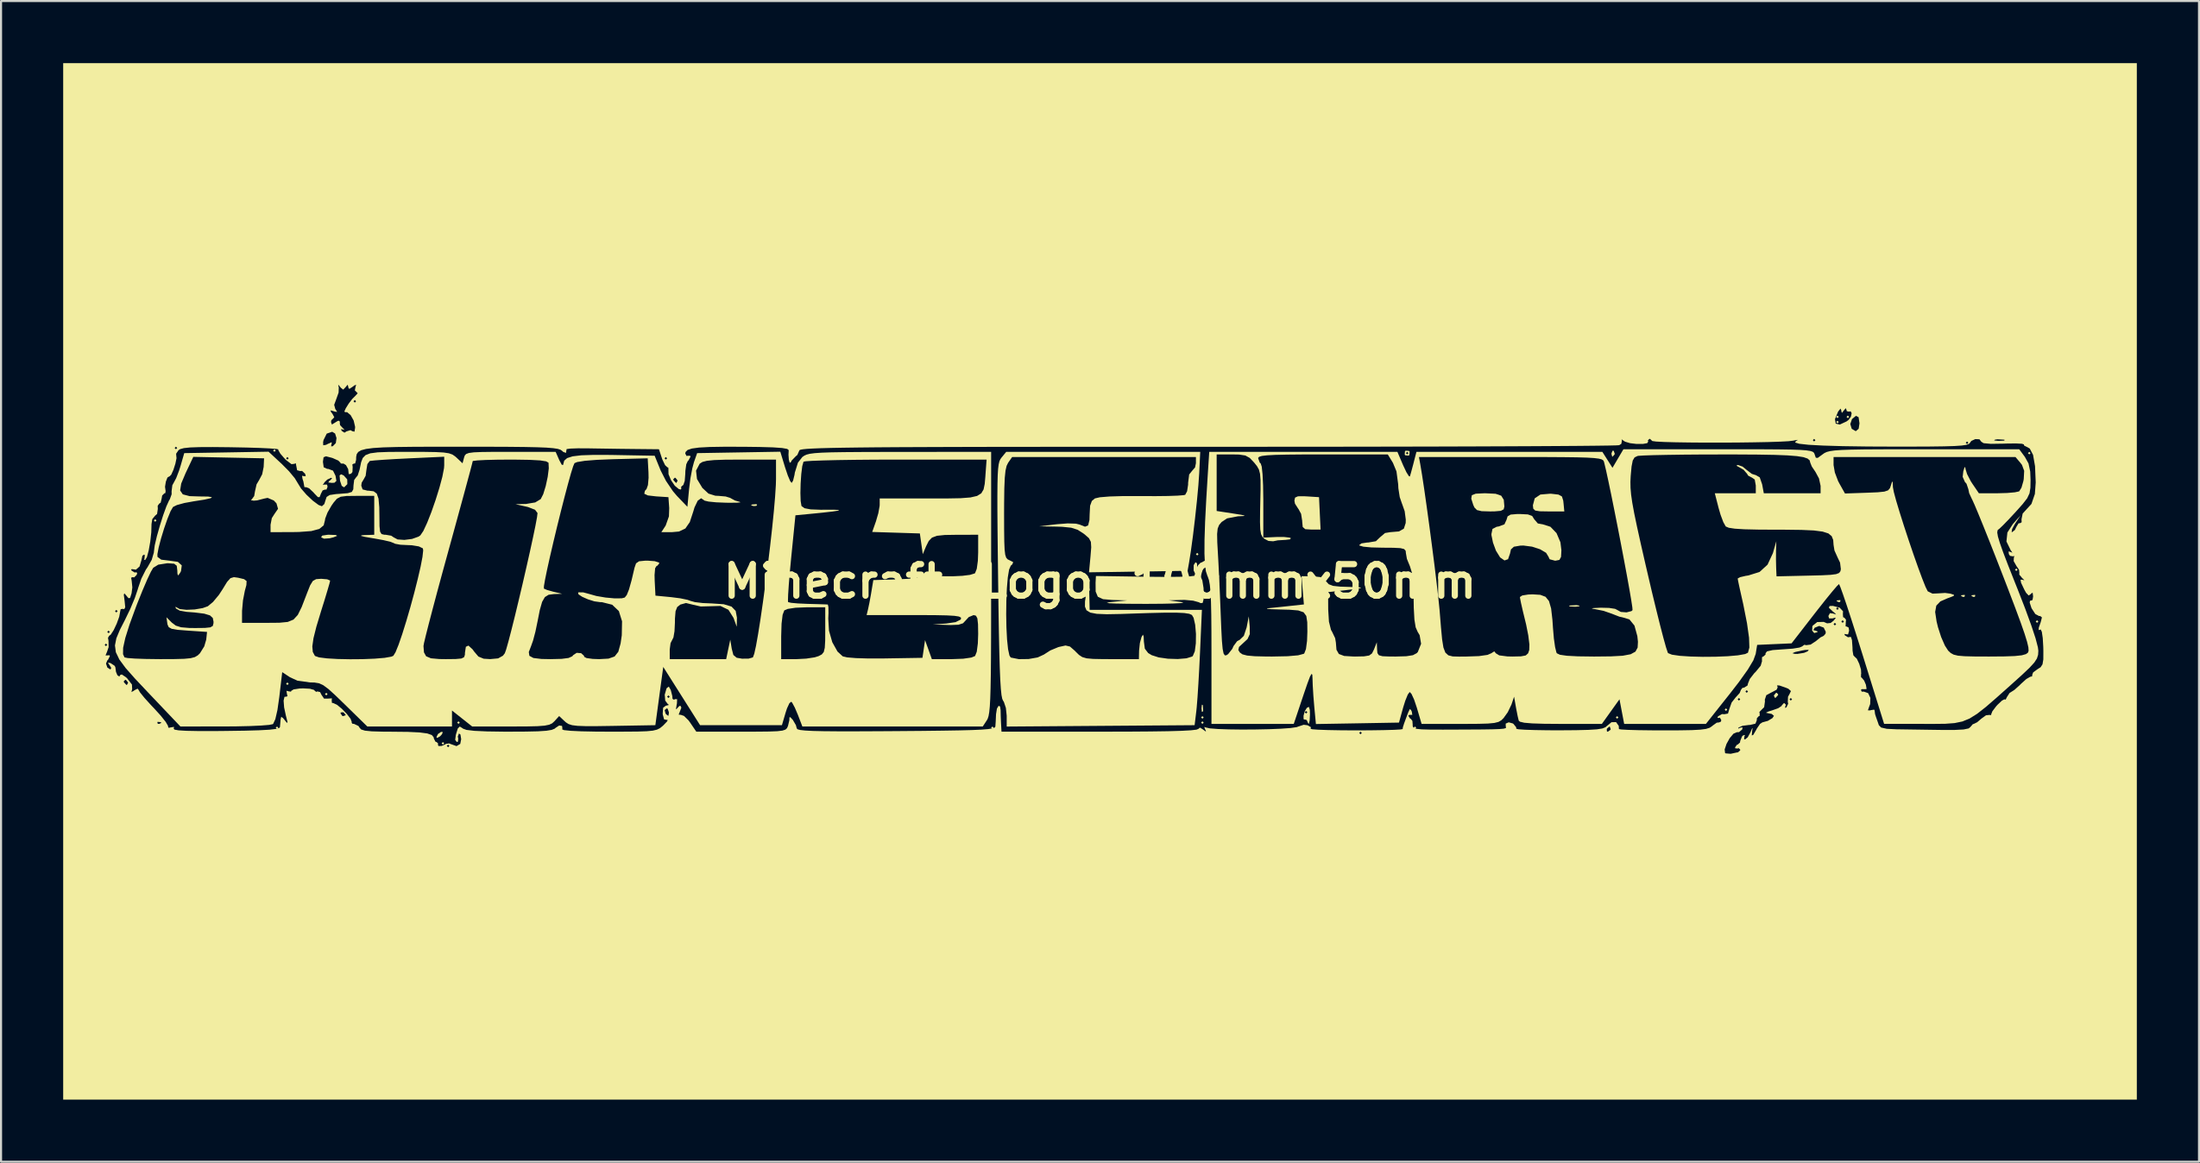
<source format=kicad_pcb>
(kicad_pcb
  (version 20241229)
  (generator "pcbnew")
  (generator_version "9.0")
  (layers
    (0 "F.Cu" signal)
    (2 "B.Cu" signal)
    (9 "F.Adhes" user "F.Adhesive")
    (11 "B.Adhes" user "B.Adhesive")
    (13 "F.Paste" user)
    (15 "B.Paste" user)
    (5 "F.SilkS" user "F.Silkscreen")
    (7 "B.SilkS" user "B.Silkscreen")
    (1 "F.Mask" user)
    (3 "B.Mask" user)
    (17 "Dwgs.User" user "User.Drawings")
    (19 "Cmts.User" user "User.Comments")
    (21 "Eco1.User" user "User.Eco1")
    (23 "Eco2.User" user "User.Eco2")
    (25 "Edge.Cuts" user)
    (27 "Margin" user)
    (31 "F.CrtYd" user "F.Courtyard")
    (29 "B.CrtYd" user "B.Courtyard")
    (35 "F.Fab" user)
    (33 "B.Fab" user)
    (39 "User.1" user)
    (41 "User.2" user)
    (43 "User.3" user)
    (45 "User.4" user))
  (footprint "Minecraft-Logo-100mmx50mm"
    (layer "F.Cu")
    (at 50.049 25.025)
    (property "Reference" "Minecraft-Logo-100mmx50mm" (at 0 0 0) (layer "F.SilkS") (effects (font (size 1.524 1.524) (thickness 0.3))))
    (attr board_only exclude_from_pos_files exclude_from_bom)
    (fp_poly (pts (xy -45.545 -2.94) (xy -45.607 -2.878) (xy -45.67 -2.94) (xy -45.607 -3.003)) (stroke (width 0) (type solid)) (fill yes) (layer "F.SilkS"))
    (fp_poly (pts (xy -39.789 -6.319) (xy -39.852 -6.256) (xy -39.914 -6.319) (xy -39.852 -6.381)) (stroke (width 0) (type solid)) (fill yes) (layer "F.SilkS"))
    (fp_poly (pts (xy -39.664 7.069) (xy -39.727 7.132) (xy -39.789 7.069) (xy -39.727 7.007)) (stroke (width 0) (type solid)) (fill yes) (layer "F.SilkS"))
    (fp_poly (pts (xy -39.164 4.942) (xy -39.226 5.005) (xy -39.289 4.942) (xy -39.226 4.88)) (stroke (width 0) (type solid)) (fill yes) (layer "F.SilkS"))
    (fp_poly (pts (xy -37.287 5.443) (xy -37.349 5.505) (xy -37.412 5.443) (xy -37.349 5.38)) (stroke (width 0) (type solid)) (fill yes) (layer "F.SilkS"))
    (fp_poly (pts (xy -31.656 7.82) (xy -31.719 7.883) (xy -31.781 7.82) (xy -31.719 7.758)) (stroke (width 0) (type solid)) (fill yes) (layer "F.SilkS"))
    (fp_poly (pts (xy -30.905 6.819) (xy -30.968 6.882) (xy -31.031 6.819) (xy -30.968 6.757)) (stroke (width 0) (type solid)) (fill yes) (layer "F.SilkS"))
    (fp_poly (pts (xy -5.13 7.069) (xy -5.193 7.132) (xy -5.255 7.069) (xy -5.193 7.007)) (stroke (width 0) (type solid)) (fill yes) (layer "F.SilkS"))
    (fp_poly (pts (xy 4.755 -1.314) (xy 4.692 -1.251) (xy 4.63 -1.314) (xy 4.692 -1.376)) (stroke (width 0) (type solid)) (fill yes) (layer "F.SilkS"))
    (fp_poly (pts (xy 5.005 6.569) (xy 4.942 6.632) (xy 4.88 6.569) (xy 4.942 6.506)) (stroke (width 0) (type solid)) (fill yes) (layer "F.SilkS"))
    (fp_poly (pts (xy 5.005 6.819) (xy 4.942 6.882) (xy 4.88 6.819) (xy 4.942 6.757)) (stroke (width 0) (type solid)) (fill yes) (layer "F.SilkS"))
    (fp_poly (pts (xy 15.265 7.069) (xy 15.202 7.132) (xy 15.14 7.069) (xy 15.202 7.007)) (stroke (width 0) (type solid)) (fill yes) (layer "F.SilkS"))
    (fp_poly (pts (xy 25.025 6.569) (xy 24.962 6.632) (xy 24.9 6.569) (xy 24.962 6.506)) (stroke (width 0) (type solid)) (fill yes) (layer "F.SilkS"))
    (fp_poly (pts (xy 30.28 6.194) (xy 30.217 6.256) (xy 30.155 6.194) (xy 30.217 6.131)) (stroke (width 0) (type solid)) (fill yes) (layer "F.SilkS"))
    (fp_poly (pts (xy 35.66 -7.945) (xy 35.598 -7.883) (xy 35.535 -7.945) (xy 35.598 -8.008)) (stroke (width 0) (type solid)) (fill yes) (layer "F.SilkS"))
    (fp_poly (pts (xy 35.66 -7.695) (xy 35.598 -7.633) (xy 35.535 -7.695) (xy 35.598 -7.758)) (stroke (width 0) (type solid)) (fill yes) (layer "F.SilkS"))
    (fp_poly (pts (xy 36.161 -7.945) (xy 36.098 -7.883) (xy 36.035 -7.945) (xy 36.098 -8.008)) (stroke (width 0) (type solid)) (fill yes) (layer "F.SilkS"))
    (fp_poly (pts (xy 44.294 -0.563) (xy 44.231 -0.5) (xy 44.168 -0.563) (xy 44.231 -0.626)) (stroke (width 0) (type solid)) (fill yes) (layer "F.SilkS"))
    (fp_poly (pts (xy 44.919 -6.194) (xy 44.857 -6.131) (xy 44.794 -6.194) (xy 44.857 -6.256)) (stroke (width 0) (type solid)) (fill yes) (layer "F.SilkS"))
    (fp_poly (pts (xy 45.295 1.939) (xy 45.232 2.002) (xy 45.169 1.939) (xy 45.232 1.877)) (stroke (width 0) (type solid)) (fill yes) (layer "F.SilkS"))
    (fp_poly (pts (xy -16.55 -3.704) (xy -16.587 -3.647) (xy -16.714 -3.638) (xy -16.848 -3.669) (xy -16.79 -3.714) (xy -16.594 -3.729)) (stroke (width 0) (type solid)) (fill yes) (layer "F.SilkS"))
    (fp_poly (pts (xy 4.963 5.975) (xy 4.979 6.231) (xy 4.963 6.287) (xy 4.917 6.303) (xy 4.9 6.131) (xy 4.919 5.953)) (stroke (width 0) (type solid)) (fill yes) (layer "F.SilkS"))
    (fp_poly (pts (xy 35.744 0.918) (xy 35.726 0.992) (xy 35.66 1.001) (xy 35.557 0.955) (xy 35.577 0.918) (xy 35.725 0.903)) (stroke (width 0) (type solid)) (fill yes) (layer "F.SilkS"))
    (fp_poly (pts (xy 41.749 0.667) (xy 41.732 0.742) (xy 41.666 0.751) (xy 41.563 0.705) (xy 41.583 0.667) (xy 41.731 0.652)) (stroke (width 0) (type solid)) (fill yes) (layer "F.SilkS"))
    (fp_poly (pts (xy 42.25 0.667) (xy 42.233 0.742) (xy 42.167 0.751) (xy 42.064 0.705) (xy 42.083 0.667) (xy 42.232 0.652)) (stroke (width 0) (type solid)) (fill yes) (layer "F.SilkS"))
    (fp_poly (pts (xy -31.723 7.276) (xy -31.766 7.383) (xy -31.856 7.481) (xy -31.998 7.561) (xy -32.032 7.52) (xy -31.956 7.369) (xy -31.808 7.267)) (stroke (width 0) (type solid)) (fill yes) (layer "F.SilkS"))
    (fp_poly (pts (xy 24.797 -6.305) (xy 24.848 -6.159) (xy 24.832 -6.122) (xy 24.729 -6.013) (xy 24.692 -6.142) (xy 24.691 -6.188) (xy 24.746 -6.314)) (stroke (width 0) (type solid)) (fill yes) (layer "F.SilkS"))
    (fp_poly (pts (xy 23.117 1.165) (xy 23.155 1.201) (xy 22.982 1.221) (xy 22.898 1.222) (xy 22.67 1.209) (xy 22.643 1.177) (xy 22.679 1.165) (xy 22.996 1.146)) (stroke (width 0) (type solid)) (fill yes) (layer "F.SilkS"))
    (fp_poly (pts (xy 32.739 5.457) (xy 32.72 5.505) (xy 32.607 5.625) (xy 32.587 5.631) (xy 32.533 5.534) (xy 32.532 5.505) (xy 32.628 5.385) (xy 32.665 5.38)) (stroke (width 0) (type solid)) (fill yes) (layer "F.SilkS"))
    (fp_poly (pts (xy -36.891 -2.24) (xy -36.821 -2.2) (xy -36.998 -2.13) (xy -37.185 -2.082) (xy -37.456 -2.063) (xy -37.599 -2.127) (xy -37.546 -2.211) (xy -37.286 -2.251) (xy -37.211 -2.252)) (stroke (width 0) (type solid)) (fill yes) (layer "F.SilkS"))
    (fp_poly (pts (xy -36.506 -5.114) (xy -36.338 -4.925) (xy -36.332 -4.696) (xy -36.489 -4.541) (xy -36.49 -4.541) (xy -36.604 -4.614) (xy -36.684 -4.856) (xy -36.686 -4.867) (xy -36.706 -5.117) (xy -36.636 -5.171)) (stroke (width 0) (type solid)) (fill yes) (layer "F.SilkS"))
    (fp_poly (pts (xy 14.917 -6.3) (xy 14.946 -6.267) (xy 14.933 -6.103) (xy 14.9 -6.075) (xy 14.737 -6.088) (xy 14.709 -6.12) (xy 14.714 -6.194) (xy 14.765 -6.194) (xy 14.827 -6.131) (xy 14.89 -6.194) (xy 14.827 -6.256) (xy 14.765 -6.194) (xy 14.714 -6.194) (xy 14.721 -6.284) (xy 14.754 -6.312)) (stroke (width 0) (type solid)) (fill yes) (layer "F.SilkS"))
    (fp_poly (pts (xy 21.793 -4.231) (xy 22.133 -4.191) (xy 22.298 -4.1) (xy 22.361 -3.9) (xy 22.374 -3.785) (xy 22.413 -3.378) (xy 21.654 -3.378) (xy 21.235 -3.385) (xy 21.008 -3.421) (xy 20.914 -3.51) (xy 20.896 -3.673) (xy 20.896 -3.676) (xy 20.984 -4.01) (xy 21.258 -4.194) (xy 21.728 -4.234)) (stroke (width 0) (type solid)) (fill yes) (layer "F.SilkS"))
    (fp_poly (pts (xy 9.979 -4.105) (xy 10.573 -4.067) (xy 10.61 -3.284) (xy 10.647 -2.502) (xy 10.204 -2.502) (xy 9.907 -2.521) (xy 9.785 -2.627) (xy 9.76 -2.891) (xy 9.76 -2.925) (xy 9.707 -3.261) (xy 9.58 -3.497) (xy 9.572 -3.503) (xy 9.411 -3.754) (xy 9.384 -3.901) (xy 9.416 -4.046) (xy 9.555 -4.109) (xy 9.862 -4.111)) (stroke (width 0) (type solid)) (fill yes) (layer "F.SilkS"))
    (fp_poly (pts (xy 19.097 -4.231) (xy 19.367 -4.138) (xy 19.491 -3.938) (xy 19.519 -3.618) (xy 19.486 -3.479) (xy 19.349 -3.407) (xy 19.049 -3.381) (xy 18.828 -3.378) (xy 18.424 -3.39) (xy 18.196 -3.444) (xy 18.073 -3.569) (xy 18.015 -3.699) (xy 17.921 -3.994) (xy 17.948 -4.161) (xy 18.136 -4.235) (xy 18.526 -4.254) (xy 18.63 -4.254)) (stroke (width 0) (type solid)) (fill yes) (layer "F.SilkS"))
    (fp_poly (pts (xy 10.129 6.212) (xy 10.135 6.419) (xy 10.12 6.718) (xy 10.083 6.875) (xy 10.072 6.882) (xy 10.012 6.784) (xy 10.01 6.749) (xy 9.94 6.667) (xy 9.906 6.681) (xy 9.827 6.654) (xy 9.825 6.486) (xy 9.871 6.319) (xy 9.885 6.319) (xy 9.947 6.381) (xy 10.01 6.319) (xy 9.947 6.256) (xy 9.885 6.319) (xy 9.871 6.319) (xy 9.885 6.269) (xy 9.987 6.104) (xy 10.085 6.06)) (stroke (width 0) (type solid)) (fill yes) (layer "F.SilkS"))
    (fp_poly (pts (xy 20.655 -3.234) (xy 20.861 -3.159) (xy 20.958 -3.004) (xy 20.958 -3.003) (xy 21.135 -2.797) (xy 21.381 -2.753) (xy 21.742 -2.638) (xy 22.037 -2.331) (xy 22.225 -1.889) (xy 22.272 -1.507) (xy 22.255 -1.182) (xy 22.176 -1.037) (xy 21.992 -1.001) (xy 21.959 -1.001) (xy 21.705 -1.068) (xy 21.646 -1.195) (xy 21.534 -1.379) (xy 21.246 -1.55) (xy 20.856 -1.677) (xy 20.44 -1.731) (xy 20.289 -1.727) (xy 19.978 -1.674) (xy 19.837 -1.545) (xy 19.792 -1.345) (xy 19.697 -1.071) (xy 19.525 -1.011) (xy 19.314 -1.158) (xy 19.113 -1.483) (xy 18.97 -1.871) (xy 18.897 -2.225) (xy 18.894 -2.285) (xy 18.945 -2.534) (xy 19.149 -2.638) (xy 19.238 -2.651) (xy 19.521 -2.754) (xy 19.622 -2.972) (xy 19.676 -3.142) (xy 19.822 -3.226) (xy 20.128 -3.252) (xy 20.27 -3.253)) (stroke (width 0) (type solid)) (fill yes) (layer "F.SilkS"))
    (fp_poly (pts (xy 4.681 -0.874) (xy 4.692 -0.715) (xy 4.747 -0.418) (xy 4.838 -0.274) (xy 4.939 -0.051) (xy 4.998 0.323) (xy 5.005 0.514) (xy 4.997 0.877) (xy 4.956 1.039) (xy 4.858 1.05) (xy 4.763 1.005) (xy 4.495 0.931) (xy 4.1 0.895) (xy 3.918 0.896) (xy 3.316 0.915) (xy 3.941 1.001) (xy 4.026 1.028) (xy 3.882 1.05) (xy 3.531 1.068) (xy 2.995 1.08) (xy 2.296 1.085) (xy 2.127 1.085) (xy 1.347 1.081) (xy 0.781 1.071) (xy 0.437 1.054) (xy 0.325 1.033) (xy 0.452 1.006) (xy 0.5 1.001) (xy 1.314 0.919) (xy 0.597 0.897) (xy 0.146 0.859) (xy -0.106 0.741) (xy -0.21 0.491) (xy -0.214 0.054) (xy -0.212 0.026) (xy -0.197 -0.26) (xy 2.273 -0.224) (xy 3.163 -0.216) (xy 3.855 -0.223) (xy 4.335 -0.242) (xy 4.589 -0.274) (xy 4.624 -0.307) (xy 4.52 -0.528) (xy 4.523 -0.785) (xy 4.608 -0.925)) (stroke (width 0) (type solid)) (fill yes) (layer "F.SilkS"))
    (fp_poly (pts (xy 4.789 -5.224) (xy 4.748 -4.636) (xy 4.678 -3.883) (xy 4.588 -3.048) (xy 4.488 -2.214) (xy 4.386 -1.462) (xy 4.299 -0.912) (xy 4.228 -0.511) (xy -0.531 -0.438) (xy -0.458 -1.217) (xy -0.424 -1.648) (xy -0.441 -1.91) (xy -0.534 -2.086) (xy -0.728 -2.258) (xy -0.799 -2.312) (xy -1.08 -2.492) (xy -1.39 -2.592) (xy -1.818 -2.636) (xy -2.076 -2.644) (xy -2.94 -2.66) (xy -2.072 -2.761) (xy -1.559 -2.8) (xy -1.165 -2.788) (xy -0.986 -2.745) (xy -0.722 -2.641) (xy -0.573 -2.704) (xy -0.509 -2.966) (xy -0.5 -3.249) (xy -0.478 -3.653) (xy -0.394 -3.884) (xy -0.245 -4.007) (xy -0.007 -4.062) (xy 0.456 -4.1) (xy 1.117 -4.12) (xy 1.95 -4.12) (xy 1.992 -4.12) (xy 2.678 -4.117) (xy 3.279 -4.124) (xy 3.75 -4.141) (xy 4.043 -4.165) (xy 4.114 -4.183) (xy 4.204 -4.353) (xy 4.252 -4.668) (xy 4.254 -4.766) (xy 4.304 -5.162) (xy 4.442 -5.335) (xy 4.588 -5.503) (xy 4.63 -5.706) (xy 4.63 -6.006) (xy -4.24 -6.006) (xy -4.435 -5.728) (xy -4.509 -5.578) (xy -4.562 -5.346) (xy -4.598 -4.995) (xy -4.619 -4.488) (xy -4.628 -3.79) (xy -4.63 -3.284) (xy -4.628 -2.5) (xy -4.621 -1.93) (xy -4.605 -1.537) (xy -4.575 -1.286) (xy -4.526 -1.14) (xy -4.456 -1.063) (xy -4.368 -1.021) (xy -4.19 -0.93) (xy -4.234 -0.822) (xy -4.306 -0.76) (xy -4.388 -0.572) (xy -4.451 -0.193) (xy -4.495 0.326) (xy -4.521 0.936) (xy -4.529 1.586) (xy -4.517 2.226) (xy -4.487 2.806) (xy -4.438 3.274) (xy -4.371 3.582) (xy -4.307 3.678) (xy -3.916 3.755) (xy -3.448 3.749) (xy -3.009 3.672) (xy -2.705 3.532) (xy -2.698 3.526) (xy -2.4 3.335) (xy -2.018 3.176) (xy -1.98 3.165) (xy -1.664 3.096) (xy -1.45 3.146) (xy -1.215 3.351) (xy -1.175 3.393) (xy -1.013 3.552) (xy -0.854 3.656) (xy -0.644 3.716) (xy -0.327 3.744) (xy 0.153 3.753) (xy 0.524 3.754) (xy 1.877 3.754) (xy 1.886 3.347) (xy 1.925 2.977) (xy 2.002 2.69) (xy 2.072 2.572) (xy 2.107 2.661) (xy 2.118 2.906) (xy 2.164 3.25) (xy 2.325 3.46) (xy 2.496 3.563) (xy 2.832 3.671) (xy 3.279 3.734) (xy 3.753 3.749) (xy 4.17 3.715) (xy 4.445 3.63) (xy 4.479 3.604) (xy 4.576 3.377) (xy 4.626 2.993) (xy 4.632 2.539) (xy 4.595 2.099) (xy 4.518 1.759) (xy 4.437 1.622) (xy 4.308 1.565) (xy 4.065 1.528) (xy 3.678 1.51) (xy 3.116 1.511) (xy 2.349 1.529) (xy 1.887 1.544) (xy 0.994 1.574) (xy 0.322 1.586) (xy -0.157 1.567) (xy -0.472 1.507) (xy -0.653 1.395) (xy -0.727 1.218) (xy -0.724 0.966) (xy -0.672 0.626) (xy -0.656 0.533) (xy -0.533 -0.188) (xy -0.517 0.594) (xy -0.5 1.376) (xy 4.919 1.376) (xy 4.826 3.472) (xy 4.789 4.231) (xy 4.748 4.958) (xy 4.707 5.592) (xy 4.669 6.072) (xy 4.65 6.256) (xy 4.567 6.944) (xy 0.031 6.977) (xy -4.504 7.01) (xy -4.504 6.487) (xy -4.544 6.108) (xy -4.642 5.815) (xy -4.676 5.766) (xy -4.719 5.672) (xy -4.756 5.484) (xy -4.787 5.182) (xy -4.815 4.746) (xy -4.839 4.158) (xy -4.861 3.397) (xy -4.881 2.443) (xy -4.9 1.278) (xy -4.918 -0.063) (xy -4.934 -1.399) (xy -4.946 -2.508) (xy -4.953 -3.412) (xy -4.954 -4.133) (xy -4.949 -4.695) (xy -4.938 -5.12) (xy -4.919 -5.43) (xy -4.892 -5.647) (xy -4.857 -5.796) (xy -4.812 -5.897) (xy -4.757 -5.975) (xy -4.527 -6.256) (xy 4.838 -6.256)) (stroke (width 0) (type solid)) (fill yes) (layer "F.SilkS"))
    (fp_poly (pts (xy 31.041 -6.381) (xy 32.006 -6.379) (xy 32.769 -6.374) (xy 33.355 -6.365) (xy 33.787 -6.35) (xy 34.09 -6.328) (xy 34.288 -6.298) (xy 34.405 -6.259) (xy 34.465 -6.209) (xy 34.493 -6.148) (xy 34.497 -6.133) (xy 34.553 -5.971) (xy 34.645 -5.963) (xy 34.849 -6.111) (xy 34.878 -6.133) (xy 34.97 -6.198) (xy 35.082 -6.25) (xy 35.241 -6.291) (xy 35.471 -6.323) (xy 35.798 -6.346) (xy 36.247 -6.362) (xy 36.845 -6.373) (xy 37.616 -6.378) (xy 38.586 -6.381) (xy 39.781 -6.381) (xy 44.372 -6.381) (xy 44.645 -6.011) (xy 44.82 -5.696) (xy 44.903 -5.304) (xy 44.919 -4.892) (xy 44.912 -4.521) (xy 44.869 -4.252) (xy 44.755 -4.012) (xy 44.536 -3.73) (xy 44.2 -3.354) (xy 43.862 -2.99) (xy 43.585 -2.705) (xy 43.414 -2.542) (xy 43.386 -2.523) (xy 43.328 -2.47) (xy 43.311 -2.36) (xy 43.344 -2.166) (xy 43.435 -1.861) (xy 43.592 -1.417) (xy 43.825 -0.807) (xy 44.142 -0.005) (xy 44.294 0.375) (xy 44.662 1.322) (xy 44.953 2.12) (xy 45.16 2.747) (xy 45.273 3.181) (xy 45.295 3.349) (xy 45.283 3.545) (xy 45.227 3.723) (xy 45.1 3.919) (xy 44.871 4.169) (xy 44.513 4.509) (xy 43.996 4.975) (xy 43.962 5.006) (xy 43.29 5.605) (xy 42.765 6.061) (xy 42.342 6.393) (xy 41.978 6.621) (xy 41.629 6.765) (xy 41.251 6.843) (xy 40.8 6.876) (xy 40.233 6.882) (xy 39.739 6.881) (xy 37.85 6.881) (xy 36.798 3.503) (xy 36.524 2.632) (xy 36.272 1.845) (xy 36.051 1.171) (xy 35.871 0.642) (xy 35.743 0.286) (xy 35.677 0.134) (xy 35.672 0.131) (xy 35.573 0.226) (xy 35.351 0.485) (xy 35.035 0.872) (xy 34.655 1.353) (xy 34.49 1.564) (xy 33.383 2.992) (xy 31.722 3.066) (xy 31.651 3.503) (xy 31.539 3.81) (xy 31.273 4.255) (xy 30.846 4.854) (xy 30.414 5.412) (xy 29.248 6.882) (xy 25.302 6.882) (xy 25.076 5.693) (xy 24.651 6.287) (xy 24.226 6.882) (xy 22.244 6.882) (xy 21.441 6.876) (xy 20.862 6.858) (xy 20.481 6.826) (xy 20.273 6.777) (xy 20.213 6.725) (xy 20.161 6.508) (xy 20.093 6.163) (xy 20.076 6.068) (xy 19.988 5.568) (xy 19.863 5.943) (xy 19.683 6.318) (xy 19.481 6.6) (xy 19.369 6.709) (xy 19.235 6.786) (xy 19.035 6.836) (xy 18.728 6.865) (xy 18.269 6.878) (xy 17.617 6.882) (xy 17.375 6.882) (xy 15.524 6.882) (xy 15.294 6.1) (xy 15.161 5.705) (xy 15.035 5.432) (xy 14.949 5.341) (xy 14.857 5.465) (xy 14.736 5.763) (xy 14.633 6.092) (xy 14.432 6.819) (xy 12.427 6.854) (xy 10.422 6.888) (xy 10.342 6.04) (xy 10.299 5.514) (xy 10.268 5.007) (xy 10.258 4.692) (xy 10.248 4.505) (xy 10.212 4.466) (xy 10.138 4.596) (xy 10.016 4.918) (xy 9.832 5.454) (xy 9.804 5.537) (xy 9.353 6.882) (xy 5.38 6.882) (xy 5.38 3.497) (xy 5.378 2.45) (xy 5.371 1.624) (xy 5.357 0.988) (xy 5.334 0.515) (xy 5.302 0.173) (xy 5.258 -0.066) (xy 5.201 -0.232) (xy 5.186 -0.263) (xy 5.112 -0.488) (xy 5.064 -0.84) (xy 5.042 -1.342) (xy 5.045 -2.014) (xy 5.073 -2.875) (xy 5.1 -3.4) (xy 5.631 -3.4) (xy 6.413 -3.28) (xy 6.814 -3.216) (xy 6.984 -3.178) (xy 6.939 -3.157) (xy 6.694 -3.145) (xy 6.663 -3.144) (xy 6.135 -3.043) (xy 5.872 -2.869) (xy 5.75 -2.724) (xy 5.68 -2.551) (xy 5.653 -2.289) (xy 5.661 -1.879) (xy 5.685 -1.462) (xy 5.717 -0.889) (xy 5.753 -0.157) (xy 5.789 0.644) (xy 5.82 1.426) (xy 5.823 1.501) (xy 5.855 2.297) (xy 5.885 2.872) (xy 5.92 3.257) (xy 5.965 3.481) (xy 6.026 3.574) (xy 6.108 3.565) (xy 6.19 3.506) (xy 6.386 3.256) (xy 6.445 3.123) (xy 6.617 2.89) (xy 6.748 2.818) (xy 6.943 2.629) (xy 7.078 2.221) (xy 7.079 2.217) (xy 7.181 1.689) (xy 7.228 2.188) (xy 7.231 2.547) (xy 7.121 2.785) (xy 6.931 2.961) (xy 6.711 3.165) (xy 6.676 3.314) (xy 6.749 3.432) (xy 6.874 3.522) (xy 7.1 3.581) (xy 7.47 3.614) (xy 8.029 3.628) (xy 8.311 3.629) (xy 9.054 3.614) (xy 9.564 3.57) (xy 9.833 3.498) (xy 9.86 3.478) (xy 9.941 3.27) (xy 9.994 2.873) (xy 10.01 2.428) (xy 10.004 1.97) (xy 9.958 1.669) (xy 9.827 1.492) (xy 9.569 1.403) (xy 9.138 1.368) (xy 8.655 1.356) (xy 8.268 1.343) (xy 8.063 1.323) (xy 8.07 1.302) (xy 8.133 1.294) (xy 8.53 1.254) (xy 9.016 1.203) (xy 9.206 1.182) (xy 9.842 1.113) (xy 9.785 0.432) (xy 9.729 -0.25) (xy 10.244 -0.25) (xy 10.64 -0.207) (xy 10.872 -0.059) (xy 10.915 0) (xy 11.041 0.137) (xy 11.248 0.216) (xy 11.599 0.254) (xy 11.948 0.265) (xy 12.391 0.277) (xy 12.6 0.297) (xy 12.572 0.327) (xy 12.302 0.371) (xy 11.787 0.433) (xy 11.73 0.439) (xy 11.011 0.518) (xy 11.015 1.354) (xy 11.051 1.944) (xy 11.15 2.34) (xy 11.203 2.433) (xy 11.351 2.742) (xy 11.386 2.954) (xy 11.414 3.301) (xy 11.53 3.505) (xy 11.786 3.601) (xy 12.233 3.628) (xy 12.314 3.629) (xy 12.744 3.62) (xy 12.993 3.579) (xy 13.13 3.478) (xy 13.223 3.291) (xy 13.226 3.284) (xy 13.362 2.94) (xy 13.375 3.284) (xy 13.392 3.463) (xy 13.461 3.566) (xy 13.638 3.614) (xy 13.977 3.628) (xy 14.282 3.629) (xy 14.788 3.614) (xy 15.105 3.564) (xy 15.29 3.465) (xy 15.341 3.41) (xy 15.5 3.013) (xy 15.429 2.596) (xy 15.332 2.433) (xy 15.237 2.217) (xy 15.177 1.843) (xy 15.146 1.276) (xy 15.139 0.876) (xy 15.116 0.11) (xy 15.055 -0.425) (xy 14.956 -0.745) (xy 14.952 -0.751) (xy 14.815 -1.086) (xy 14.769 -1.345) (xy 14.754 -1.478) (xy 14.681 -1.561) (xy 14.502 -1.606) (xy 14.169 -1.623) (xy 13.638 -1.627) (xy 13.099 -1.64) (xy 12.714 -1.676) (xy 12.525 -1.731) (xy 12.512 -1.752) (xy 12.622 -1.835) (xy 12.892 -1.876) (xy 12.946 -1.877) (xy 13.318 -1.94) (xy 13.513 -2.127) (xy 13.759 -2.336) (xy 14.008 -2.377) (xy 14.434 -2.413) (xy 14.667 -2.546) (xy 14.755 -2.818) (xy 14.76 -2.985) (xy 14.707 -3.389) (xy 14.583 -3.742) (xy 14.577 -3.754) (xy 14.469 -4.067) (xy 14.402 -4.496) (xy 14.393 -4.692) (xy 14.31 -5.314) (xy 14.14 -5.724) (xy 13.892 -6.131) (xy 10.762 -6.131) (xy 9.78 -6.129) (xy 9.021 -6.122) (xy 8.459 -6.109) (xy 8.066 -6.088) (xy 7.815 -6.058) (xy 7.68 -6.016) (xy 7.634 -5.962) (xy 7.633 -5.951) (xy 7.709 -5.738) (xy 7.758 -5.693) (xy 7.807 -5.541) (xy 7.846 -5.175) (xy 7.872 -4.632) (xy 7.883 -3.948) (xy 7.883 -3.865) (xy 7.883 -2.115) (xy 8.507 -2.143) (xy 8.883 -2.144) (xy 9.149 -2.114) (xy 9.216 -2.087) (xy 9.169 -2.029) (xy 8.942 -2.002) (xy 8.915 -2.002) (xy 8.583 -1.982) (xy 8.359 -1.937) (xy 8.134 -1.953) (xy 7.943 -2.051) (xy 7.841 -2.145) (xy 7.774 -2.282) (xy 7.736 -2.507) (xy 7.723 -2.865) (xy 7.728 -3.403) (xy 7.736 -3.785) (xy 7.75 -4.435) (xy 7.749 -4.886) (xy 7.725 -5.19) (xy 7.671 -5.4) (xy 7.578 -5.565) (xy 7.442 -5.736) (xy 7.229 -5.961) (xy 7.016 -6.079) (xy 6.711 -6.125) (xy 6.37 -6.131) (xy 5.631 -6.131) (xy 5.631 -3.4) (xy 5.1 -3.4) (xy 5.128 -3.946) (xy 5.198 -5.099) (xy 5.273 -6.256) (xy 14.356 -6.256) (xy 14.636 -5.599) (xy 14.792 -5.269) (xy 14.911 -5.081) (xy 14.959 -5.067) (xy 15.014 -5.259) (xy 15.103 -5.589) (xy 15.138 -5.724) (xy 15.21 -6.006) (xy 15.396 -6.006) (xy 15.459 -5.662) (xy 15.544 -5.152) (xy 15.651 -4.447) (xy 15.771 -3.602) (xy 15.899 -2.67) (xy 16.026 -1.707) (xy 16.147 -0.765) (xy 16.252 0.101) (xy 16.336 0.837) (xy 16.392 1.388) (xy 16.396 1.439) (xy 16.46 2.227) (xy 16.514 2.8) (xy 16.577 3.192) (xy 16.67 3.438) (xy 16.814 3.57) (xy 17.027 3.624) (xy 17.33 3.632) (xy 17.69 3.629) (xy 18.293 3.608) (xy 18.707 3.549) (xy 18.884 3.472) (xy 19.033 3.379) (xy 19.107 3.472) (xy 19.272 3.573) (xy 19.663 3.623) (xy 19.903 3.629) (xy 20.319 3.62) (xy 20.551 3.576) (xy 20.665 3.473) (xy 20.72 3.312) (xy 20.727 3.043) (xy 20.674 2.61) (xy 20.571 2.089) (xy 20.535 1.94) (xy 20.415 1.449) (xy 20.323 1.046) (xy 20.274 0.797) (xy 20.27 0.755) (xy 20.383 0.68) (xy 20.673 0.634) (xy 20.891 0.626) (xy 21.254 0.649) (xy 21.507 0.744) (xy 21.673 0.951) (xy 21.776 1.308) (xy 21.839 1.855) (xy 21.865 2.241) (xy 21.908 2.749) (xy 21.967 3.168) (xy 22.031 3.43) (xy 22.053 3.472) (xy 22.202 3.543) (xy 22.533 3.591) (xy 23.068 3.619) (xy 23.83 3.629) (xy 23.873 3.629) (xy 24.662 3.621) (xy 25.232 3.59) (xy 25.616 3.518) (xy 25.846 3.392) (xy 25.952 3.196) (xy 25.967 2.915) (xy 25.938 2.644) (xy 25.799 2.135) (xy 25.555 1.836) (xy 25.294 1.756) (xy 25.07 1.703) (xy 24.755 1.581) (xy 24.731 1.57) (xy 24.311 1.424) (xy 23.899 1.34) (xy 23.733 1.311) (xy 23.815 1.288) (xy 24.147 1.272) (xy 24.173 1.271) (xy 24.573 1.281) (xy 24.864 1.326) (xy 24.962 1.376) (xy 25.142 1.475) (xy 25.418 1.496) (xy 25.653 1.436) (xy 25.706 1.388) (xy 25.696 1.249) (xy 25.643 0.902) (xy 25.555 0.385) (xy 25.438 -0.263) (xy 25.299 -1.007) (xy 25.147 -1.808) (xy 24.988 -2.628) (xy 24.829 -3.43) (xy 24.679 -4.176) (xy 24.547 -4.808) (xy 25.604 -4.808) (xy 25.609 -4.519) (xy 25.637 -4.191) (xy 25.695 -3.79) (xy 25.788 -3.284) (xy 25.922 -2.642) (xy 26.101 -1.831) (xy 26.332 -0.82) (xy 26.419 -0.446) (xy 26.638 0.492) (xy 26.847 1.354) (xy 27.035 2.11) (xy 27.196 2.729) (xy 27.321 3.178) (xy 27.403 3.427) (xy 27.421 3.464) (xy 27.607 3.539) (xy 27.986 3.594) (xy 28.501 3.628) (xy 29.096 3.643) (xy 29.714 3.638) (xy 30.299 3.614) (xy 30.793 3.571) (xy 31.141 3.509) (xy 31.277 3.445) (xy 31.346 3.195) (xy 31.33 2.718) (xy 31.231 2.019) (xy 31.051 1.106) (xy 30.957 0.688) (xy 30.866 0.281) (xy 30.802 -0.021) (xy 30.782 -0.14) (xy 30.892 -0.202) (xy 31.169 -0.267) (xy 31.299 -0.287) (xy 31.837 -0.455) (xy 32.223 -0.807) (xy 32.482 -1.364) (xy 32.495 -1.41) (xy 32.646 -1.939) (xy 32.633 -1.501) (xy 32.63 -1.056) (xy 32.639 -0.653) (xy 32.657 -0.243) (xy 34.19 -0.278) (xy 34.831 -0.294) (xy 35.265 -0.316) (xy 35.532 -0.35) (xy 35.677 -0.406) (xy 35.741 -0.491) (xy 35.762 -0.592) (xy 35.723 -0.907) (xy 35.606 -1.152) (xy 35.453 -1.493) (xy 35.41 -1.76) (xy 35.392 -2.002) (xy 35.319 -2.184) (xy 35.159 -2.316) (xy 34.883 -2.404) (xy 34.461 -2.459) (xy 33.861 -2.486) (xy 33.054 -2.496) (xy 32.658 -2.496) (xy 31.771 -2.501) (xy 31.108 -2.516) (xy 30.644 -2.545) (xy 30.353 -2.589) (xy 30.21 -2.649) (xy 30.204 -2.655) (xy 30.089 -2.859) (xy 29.955 -3.218) (xy 29.863 -3.535) (xy 29.678 -4.254) (xy 31.656 -4.254) (xy 31.656 -4.63) (xy 31.604 -4.919) (xy 31.482 -5.005) (xy 31.289 -5.106) (xy 31.234 -5.196) (xy 31.068 -5.389) (xy 30.877 -5.5) (xy 30.717 -5.588) (xy 30.792 -5.623) (xy 31.021 -5.542) (xy 31.218 -5.38) (xy 31.466 -5.191) (xy 31.662 -5.13) (xy 31.846 -5.024) (xy 31.96 -4.693) (xy 31.961 -4.692) (xy 32.043 -4.254) (xy 34.784 -4.254) (xy 34.784 -4.613) (xy 34.706 -4.972) (xy 34.534 -5.289) (xy 34.359 -5.549) (xy 34.332 -5.616) (xy 35.41 -5.616) (xy 35.472 -5.259) (xy 35.628 -4.847) (xy 35.686 -4.736) (xy 35.961 -4.245) (xy 37.025 -4.281) (xy 37.543 -4.303) (xy 37.864 -4.336) (xy 38.043 -4.397) (xy 38.132 -4.502) (xy 38.176 -4.63) (xy 38.236 -4.821) (xy 38.263 -4.793) (xy 38.275 -4.546) (xy 38.319 -4.313) (xy 38.432 -3.895) (xy 38.599 -3.34) (xy 38.804 -2.693) (xy 39.031 -2.002) (xy 39.265 -1.314) (xy 39.49 -0.676) (xy 39.691 -0.133) (xy 39.85 0.266) (xy 39.954 0.475) (xy 39.958 0.48) (xy 40.186 0.591) (xy 40.42 0.581) (xy 40.794 0.558) (xy 41.049 0.592) (xy 41.225 0.649) (xy 41.207 0.704) (xy 40.974 0.794) (xy 40.919 0.812) (xy 40.565 0.967) (xy 40.369 1.171) (xy 40.314 1.477) (xy 40.383 1.936) (xy 40.451 2.215) (xy 40.604 2.689) (xy 40.784 3.1) (xy 40.941 3.343) (xy 41.062 3.457) (xy 41.205 3.536) (xy 41.414 3.587) (xy 41.735 3.614) (xy 42.214 3.626) (xy 42.896 3.629) (xy 42.924 3.629) (xy 43.647 3.623) (xy 44.158 3.605) (xy 44.495 3.569) (xy 44.697 3.512) (xy 44.794 3.441) (xy 44.825 3.35) (xy 44.814 3.183) (xy 44.751 2.916) (xy 44.63 2.525) (xy 44.442 1.987) (xy 44.18 1.278) (xy 43.836 0.374) (xy 43.607 -0.219) (xy 43.261 -1.109) (xy 42.936 -1.934) (xy 42.645 -2.661) (xy 42.401 -3.259) (xy 42.217 -3.696) (xy 42.107 -3.939) (xy 42.091 -3.968) (xy 41.956 -4.26) (xy 41.916 -4.455) (xy 41.827 -4.716) (xy 41.75 -4.803) (xy 41.642 -5.049) (xy 41.673 -5.318) (xy 41.737 -5.526) (xy 41.772 -5.487) (xy 41.776 -5.441) (xy 41.854 -5.184) (xy 42.03 -4.843) (xy 42.108 -4.721) (xy 42.426 -4.254) (xy 43.328 -4.256) (xy 43.793 -4.269) (xy 44.164 -4.302) (xy 44.367 -4.347) (xy 44.372 -4.35) (xy 44.48 -4.524) (xy 44.572 -4.841) (xy 44.59 -4.942) (xy 44.611 -5.34) (xy 44.504 -5.626) (xy 44.429 -5.724) (xy 44.191 -6.006) (xy 35.41 -6.006) (xy 35.41 -5.616) (xy 34.332 -5.616) (xy 34.284 -5.736) (xy 34.284 -5.74) (xy 34.255 -5.846) (xy 34.154 -5.932) (xy 33.957 -5.999) (xy 33.641 -6.049) (xy 33.182 -6.085) (xy 32.557 -6.109) (xy 31.742 -6.123) (xy 30.714 -6.129) (xy 30.007 -6.129) (xy 29.045 -6.127) (xy 28.156 -6.12) (xy 27.373 -6.109) (xy 26.727 -6.096) (xy 26.254 -6.08) (xy 25.987 -6.063) (xy 25.948 -6.056) (xy 25.806 -5.988) (xy 25.716 -5.837) (xy 25.659 -5.548) (xy 25.617 -5.088) (xy 25.604 -4.808) (xy 24.547 -4.808) (xy 24.543 -4.828) (xy 24.43 -5.35) (xy 24.346 -5.703) (xy 24.323 -5.787) (xy 24.291 -5.845) (xy 24.217 -5.892) (xy 24.077 -5.928) (xy 23.846 -5.956) (xy 23.5 -5.977) (xy 23.015 -5.991) (xy 22.365 -5.999) (xy 21.527 -6.004) (xy 20.477 -6.006) (xy 19.827 -6.006) (xy 15.396 -6.006) (xy 15.21 -6.006) (xy 15.275 -6.256) (xy 24.249 -6.256) (xy 24.738 -5.485) (xy 25.002 -5.933) (xy 25.266 -6.381) (xy 29.849 -6.381)) (stroke (width 0) (type solid)) (fill yes) (layer "F.SilkS"))
    (fp_poly (pts (xy -39.493 -5.667) (xy -39.147 -5.317) (xy -38.869 -4.982) (xy -38.726 -4.746) (xy -38.568 -4.488) (xy -38.303 -4.183) (xy -37.998 -3.896) (xy -37.721 -3.69) (xy -37.56 -3.629) (xy -37.443 -3.735) (xy -37.389 -3.91) (xy -37.333 -4.078) (xy -37.184 -4.171) (xy -36.876 -4.217) (xy -36.692 -4.229) (xy -36.31 -4.26) (xy -36.115 -4.32) (xy -36.045 -4.448) (xy -36.036 -4.622) (xy -35.66 -4.622) (xy -35.595 -4.441) (xy -35.36 -4.38) (xy -35.298 -4.379) (xy -35.063 -4.351) (xy -34.912 -4.238) (xy -34.827 -3.995) (xy -34.791 -3.58) (xy -34.784 -3.118) (xy -34.779 -2.663) (xy -34.752 -2.404) (xy -34.682 -2.286) (xy -34.55 -2.253) (xy -34.479 -2.252) (xy -34.214 -2.206) (xy -34.096 -2.127) (xy -33.907 -2.026) (xy -33.579 -2.003) (xy -33.21 -2.05) (xy -32.896 -2.161) (xy -32.809 -2.221) (xy -32.664 -2.435) (xy -32.479 -2.832) (xy -32.274 -3.352) (xy -32.071 -3.935) (xy -31.888 -4.522) (xy -31.746 -5.052) (xy -31.666 -5.466) (xy -31.656 -5.606) (xy -31.656 -6.02) (xy -33.377 -5.94) (xy -34.017 -5.908) (xy -34.573 -5.874) (xy -34.994 -5.843) (xy -35.229 -5.818) (xy -35.253 -5.812) (xy -35.365 -5.666) (xy -35.41 -5.392) (xy -35.448 -5.101) (xy -35.535 -4.942) (xy -35.64 -4.766) (xy -35.66 -4.622) (xy -36.036 -4.622) (xy -36.035 -4.636) (xy -36.003 -4.897) (xy -35.924 -5.005) (xy -35.832 -5.115) (xy -35.744 -5.387) (xy -35.725 -5.474) (xy -35.667 -5.754) (xy -35.589 -5.958) (xy -35.454 -6.097) (xy -35.225 -6.185) (xy -34.866 -6.232) (xy -34.34 -6.252) (xy -33.61 -6.256) (xy -33.369 -6.256) (xy -32.614 -6.254) (xy -32.067 -6.245) (xy -31.686 -6.224) (xy -31.431 -6.186) (xy -31.26 -6.126) (xy -31.131 -6.038) (xy -31.065 -5.98) (xy -30.771 -5.703) (xy -30.698 -5.98) (xy -30.664 -6.079) (xy -30.598 -6.152) (xy -30.465 -6.201) (xy -30.228 -6.232) (xy -29.852 -6.248) (xy -29.301 -6.255) (xy -28.538 -6.256) (xy -28.451 -6.256) (xy -26.277 -6.256) (xy -26.099 -5.85) (xy -25.981 -5.632) (xy -25.916 -5.62) (xy -25.911 -5.657) (xy -25.864 -5.829) (xy -25.722 -5.954) (xy -25.456 -6.039) (xy -25.035 -6.089) (xy -24.43 -6.109) (xy -23.609 -6.106) (xy -23.451 -6.103) (xy -21.498 -6.068) (xy -21.208 -5.356) (xy -20.952 -4.855) (xy -20.616 -4.356) (xy -20.418 -4.123) (xy -19.917 -3.602) (xy -19.836 -4.46) (xy -19.771 -4.975) (xy -19.681 -5.456) (xy -19.601 -5.756) (xy -19.447 -6.194) (xy -15.432 -6.262) (xy -15.203 -5.508) (xy -15.072 -5.118) (xy -14.956 -4.845) (xy -14.886 -4.755) (xy -14.816 -4.865) (xy -14.748 -5.142) (xy -14.73 -5.257) (xy -14.581 -5.734) (xy -14.37 -6.004) (xy -14.281 -6.068) (xy -14.168 -6.121) (xy -14.007 -6.162) (xy -13.77 -6.193) (xy -13.432 -6.216) (xy -12.966 -6.232) (xy -12.347 -6.242) (xy -11.549 -6.248) (xy -10.546 -6.251) (xy -9.666 -6.252) (xy -5.255 -6.256) (xy -5.255 0.067) (xy -5.256 1.504) (xy -5.258 2.712) (xy -5.263 3.711) (xy -5.271 4.523) (xy -5.283 5.168) (xy -5.299 5.668) (xy -5.32 6.043) (xy -5.347 6.314) (xy -5.38 6.502) (xy -5.42 6.628) (xy -5.457 6.698) (xy -5.659 7.007) (xy -14.368 7.007) (xy -14.585 6.44) (xy -14.732 6.095) (xy -14.859 5.86) (xy -14.903 5.81) (xy -14.992 5.881) (xy -15.109 6.132) (xy -15.179 6.346) (xy -15.354 6.944) (xy -19.305 6.944) (xy -20.194 5.538) (xy -21.083 4.131) (xy -21.464 6.944) (xy -23.515 6.979) (xy -24.28 6.99) (xy -24.836 6.99) (xy -25.223 6.976) (xy -25.482 6.944) (xy -25.653 6.89) (xy -25.778 6.81) (xy -25.837 6.758) (xy -26.108 6.503) (xy -26.337 6.755) (xy -26.444 6.853) (xy -26.587 6.921) (xy -26.809 6.966) (xy -27.151 6.992) (xy -27.656 7.004) (xy -28.365 7.007) (xy -28.436 7.007) (xy -30.306 7.007) (xy -30.794 6.621) (xy -31.281 6.235) (xy -31.281 7.007) (xy -35.368 7.007) (xy -36.455 5.943) (xy -36.917 5.496) (xy -37.249 5.195) (xy -37.495 5.013) (xy -37.703 4.919) (xy -37.919 4.884) (xy -38.134 4.879) (xy -38.738 4.795) (xy -39.101 4.63) (xy -39.476 4.383) (xy -39.617 5.584) (xy -39.707 6.212) (xy -39.808 6.653) (xy -39.912 6.879) (xy -39.93 6.894) (xy -40.107 6.93) (xy -40.49 6.961) (xy -41.033 6.986) (xy -41.691 7.001) (xy -42.246 7.005) (xy -44.39 7.007) (xy -45.966 5.349) (xy -46.581 4.696) (xy -47.035 4.183) (xy -47.339 3.771) (xy -47.461 3.515) (xy -47.16 3.515) (xy -47.088 3.67) (xy -46.938 3.701) (xy -46.588 3.727) (xy -46.086 3.745) (xy -45.481 3.753) (xy -45.358 3.754) (xy -44.683 3.751) (xy -44.212 3.739) (xy -43.898 3.709) (xy -43.694 3.656) (xy -43.553 3.573) (xy -43.448 3.472) (xy -43.239 3.137) (xy -43.145 2.815) (xy -43.105 2.44) (xy -44.043 2.377) (xy -44.524 2.339) (xy -44.809 2.291) (xy -44.954 2.212) (xy -45.013 2.084) (xy -45.023 2.023) (xy -45.064 1.732) (xy -44.804 1.992) (xy -44.613 2.136) (xy -44.356 2.216) (xy -43.96 2.249) (xy -43.668 2.252) (xy -43.21 2.247) (xy -42.948 2.22) (xy -42.828 2.152) (xy -42.794 2.023) (xy -42.792 1.945) (xy -42.828 1.766) (xy -42.964 1.642) (xy -43.242 1.558) (xy -43.703 1.501) (xy -44.096 1.471) (xy -44.422 1.413) (xy -44.605 1.309) (xy -44.619 1.279) (xy -44.613 1.207) (xy -44.587 1.248) (xy -44.421 1.337) (xy -44.096 1.372) (xy -43.699 1.355) (xy -43.313 1.289) (xy -43.067 1.201) (xy -42.818 0.995) (xy -42.534 0.654) (xy -42.357 0.384) (xy -42.138 0.026) (xy -41.976 -0.155) (xy -41.809 -0.205) (xy -41.606 -0.177) (xy -41.315 -0.108) (xy -41.195 -0.015) (xy -41.206 0.18) (xy -41.281 0.457) (xy -41.37 0.917) (xy -41.414 1.409) (xy -41.415 1.47) (xy -41.416 2.002) (xy -40.192 2.002) (xy -39.612 1.997) (xy -39.21 1.958) (xy -38.931 1.844) (xy -38.724 1.619) (xy -38.538 1.242) (xy -38.319 0.675) (xy -38.286 0.588) (xy -38.129 0.193) (xy -37.998 -0.021) (xy -37.839 -0.108) (xy -37.598 -0.125) (xy -37.591 -0.125) (xy -37.305 -0.101) (xy -37.166 -0.042) (xy -37.164 -0.031) (xy -37.2 0.119) (xy -37.298 0.456) (xy -37.441 0.929) (xy -37.601 1.439) (xy -37.828 2.19) (xy -37.967 2.745) (xy -38.023 3.139) (xy -38 3.407) (xy -37.904 3.586) (xy -37.887 3.604) (xy -37.697 3.67) (xy -37.314 3.718) (xy -36.797 3.748) (xy -36.203 3.76) (xy -35.59 3.755) (xy -35.015 3.732) (xy -34.535 3.692) (xy -34.209 3.635) (xy -34.114 3.595) (xy -34.007 3.422) (xy -33.885 3.122) (xy -32.657 3.122) (xy -32.633 3.428) (xy -32.529 3.616) (xy -32.297 3.714) (xy -31.889 3.75) (xy -31.58 3.754) (xy -31.107 3.749) (xy -30.831 3.725) (xy -30.699 3.663) (xy -30.658 3.546) (xy -30.655 3.448) (xy -30.611 3.157) (xy -30.486 3.1) (xy -30.289 3.28) (xy -30.212 3.387) (xy -30.005 3.63) (xy -29.751 3.734) (xy -29.438 3.753) (xy -29.054 3.718) (xy -28.822 3.589) (xy -28.732 3.472) (xy -28.71 3.411) (xy -27.573 3.411) (xy -27.545 3.594) (xy -27.351 3.699) (xy -26.961 3.746) (xy -26.522 3.754) (xy -25.987 3.741) (xy -25.654 3.698) (xy -25.475 3.617) (xy -25.43 3.561) (xy -25.262 3.45) (xy -25.047 3.467) (xy -24.908 3.592) (xy -24.9 3.642) (xy -24.786 3.702) (xy -24.492 3.743) (xy -24.179 3.754) (xy -23.726 3.73) (xy -23.432 3.627) (xy -23.252 3.398) (xy -23.142 2.998) (xy -23.085 2.603) (xy -23.072 1.925) (xy -23.226 1.433) (xy -23.548 1.127) (xy -24.039 1.004) (xy -24.14 1.001) (xy -24.41 0.963) (xy -24.716 0.867) (xy -24.993 0.745) (xy -25.174 0.626) (xy -25.194 0.54) (xy -25.17 0.528) (xy -24.944 0.531) (xy -24.674 0.603) (xy -24.311 0.705) (xy -23.869 0.78) (xy -23.432 0.82) (xy -23.088 0.817) (xy -22.942 0.78) (xy -22.843 0.656) (xy -22.736 0.389) (xy -22.611 -0.057) (xy -22.47 -0.657) (xy -22.396 -0.871) (xy -22.251 -0.971) (xy -21.957 -1) (xy -21.832 -1.001) (xy -21.497 -0.976) (xy -21.296 -0.913) (xy -21.271 -0.876) (xy -21.367 -0.755) (xy -21.402 -0.751) (xy -21.475 -0.634) (xy -21.503 -0.307) (xy -21.496 -0.031) (xy -21.459 0.688) (xy -20.699 0.761) (xy -20.263 0.817) (xy -19.915 0.889) (xy -19.761 0.944) (xy -19.549 1.002) (xy -19.172 1.046) (xy -18.75 1.064) (xy -18.165 1.103) (xy -17.789 1.216) (xy -17.587 1.425) (xy -17.526 1.75) (xy -17.527 1.798) (xy -17.536 2.19) (xy -17.69 1.763) (xy -17.936 1.372) (xy -18.321 1.186) (xy -18.851 1.201) (xy -19.273 1.212) (xy -19.635 1.13) (xy -19.985 1.044) (xy -20.259 1.12) (xy -20.41 1.241) (xy -20.489 1.443) (xy -20.518 1.797) (xy -20.52 1.999) (xy -20.54 2.408) (xy -20.591 2.707) (xy -20.645 2.815) (xy -20.73 2.982) (xy -20.77 3.285) (xy -20.77 3.323) (xy -20.77 3.754) (xy -18.046 3.754) (xy -15.39 3.754) (xy -14.645 3.754) (xy -14.18 3.729) (xy -13.772 3.667) (xy -13.582 3.608) (xy -13.429 3.526) (xy -13.335 3.41) (xy -13.286 3.207) (xy -13.266 2.86) (xy -13.263 2.357) (xy -13.263 1.251) (xy -14.176 1.251) (xy -14.695 1.272) (xy -15.072 1.329) (xy -15.24 1.401) (xy -15.321 1.614) (xy -15.372 2.042) (xy -15.39 2.652) (xy -15.39 3.754) (xy -18.046 3.754) (xy -17.848 2.815) (xy -17.776 3.253) (xy -17.698 3.553) (xy -17.539 3.687) (xy -17.282 3.732) (xy -16.965 3.73) (xy -16.762 3.673) (xy -16.754 3.666) (xy -16.69 3.495) (xy -16.605 3.111) (xy -16.505 2.548) (xy -16.393 1.844) (xy -16.275 1.032) (xy -16.26 0.924) (xy -15.063 0.924) (xy -15.055 1.001) (xy -14.909 1.035) (xy -14.581 1.065) (xy -14.139 1.085) (xy -14.097 1.086) (xy -13.649 1.098) (xy -13.307 1.109) (xy -13.142 1.116) (xy -13.138 1.117) (xy -13.11 1.235) (xy -13.106 1.529) (xy -13.117 1.798) (xy -13.082 2.383) (xy -12.923 2.938) (xy -12.672 3.387) (xy -12.419 3.62) (xy -12.204 3.67) (xy -11.776 3.705) (xy -11.174 3.723) (xy -10.435 3.721) (xy -10.385 3.72) (xy -8.571 3.691) (xy -8.508 3.264) (xy -8.446 2.836) (xy -8.281 3.295) (xy -8.117 3.754) (xy -7.149 3.754) (xy -6.603 3.734) (xy -6.211 3.678) (xy -6.031 3.604) (xy -5.949 3.395) (xy -5.897 2.995) (xy -5.881 2.54) (xy -5.889 2.064) (xy -5.92 1.787) (xy -5.987 1.658) (xy -6.101 1.627) (xy -6.336 1.724) (xy -6.477 1.877) (xy -6.612 2.022) (xy -6.829 2.093) (xy -7.199 2.108) (xy -7.352 2.104) (xy -8.07 2.081) (xy -7.425 2.035) (xy -6.971 1.967) (xy -6.733 1.847) (xy -6.709 1.808) (xy -6.716 1.743) (xy -6.813 1.696) (xy -7.03 1.663) (xy -7.399 1.642) (xy -7.949 1.631) (xy -8.711 1.627) (xy -8.953 1.627) (xy -11.266 1.627) (xy -11.197 1.345) (xy -11.134 1.046) (xy -11.059 0.638) (xy -11.036 0.5) (xy -10.942 -0.063) (xy -9.819 -0.097) (xy -9.239 -0.126) (xy -8.861 -0.175) (xy -8.637 -0.255) (xy -8.54 -0.34) (xy -8.418 -0.448) (xy -8.383 -0.399) (xy -8.27 -0.325) (xy -7.973 -0.275) (xy -7.559 -0.249) (xy -7.094 -0.247) (xy -6.644 -0.269) (xy -6.274 -0.315) (xy -6.051 -0.384) (xy -6.031 -0.4) (xy -5.949 -0.607) (xy -5.896 -0.994) (xy -5.881 -1.401) (xy -5.881 -2.252) (xy -6.913 -2.25) (xy -7.489 -2.241) (xy -7.87 -2.202) (xy -8.111 -2.113) (xy -8.267 -1.952) (xy -8.393 -1.7) (xy -8.399 -1.687) (xy -8.555 -1.314) (xy -8.625 -1.814) (xy -8.696 -2.315) (xy -9.846 -2.351) (xy -10.996 -2.387) (xy -10.816 -2.898) (xy -10.701 -3.293) (xy -10.639 -3.639) (xy -10.635 -3.707) (xy -10.635 -4.004) (xy -8.273 -4.004) (xy -7.394 -4.005) (xy -6.732 -4.017) (xy -6.256 -4.053) (xy -5.933 -4.127) (xy -5.732 -4.252) (xy -5.62 -4.441) (xy -5.565 -4.707) (xy -5.534 -5.065) (xy -5.529 -5.141) (xy -5.475 -5.881) (xy -9.862 -5.881) (xy -10.885 -5.878) (xy -11.827 -5.87) (xy -12.659 -5.858) (xy -13.352 -5.841) (xy -13.878 -5.822) (xy -14.207 -5.8) (xy -14.312 -5.78) (xy -14.373 -5.565) (xy -14.42 -5.188) (xy -14.451 -4.729) (xy -14.462 -4.267) (xy -14.45 -3.881) (xy -14.412 -3.65) (xy -14.402 -3.632) (xy -14.259 -3.532) (xy -13.968 -3.477) (xy -13.485 -3.459) (xy -13.301 -3.46) (xy -12.833 -3.46) (xy -12.606 -3.447) (xy -12.623 -3.419) (xy -12.886 -3.377) (xy -13.395 -3.319) (xy -13.764 -3.282) (xy -14.702 -3.191) (xy -14.909 -1.126) (xy -14.974 -0.435) (xy -15.023 0.165) (xy -15.054 0.632) (xy -15.063 0.924) (xy -16.26 0.924) (xy -16.154 0.15) (xy -16.037 -0.769) (xy -15.926 -1.687) (xy -15.827 -2.57) (xy -15.745 -3.382) (xy -15.684 -4.087) (xy -15.648 -4.651) (xy -15.64 -4.933) (xy -15.64 -5.881) (xy -17.383 -5.881) (xy -18.11 -5.876) (xy -18.627 -5.858) (xy -18.974 -5.823) (xy -19.191 -5.768) (xy -19.319 -5.687) (xy -19.323 -5.684) (xy -19.5 -5.348) (xy -19.454 -4.943) (xy -19.195 -4.514) (xy -18.899 -4.239) (xy -18.568 -4.136) (xy -18.407 -4.129) (xy -18.07 -4.1) (xy -17.843 -4.03) (xy -17.824 -4.015) (xy -17.616 -3.904) (xy -17.392 -3.841) (xy -17.358 -3.816) (xy -17.537 -3.8) (xy -17.893 -3.797) (xy -18.061 -3.799) (xy -18.531 -3.818) (xy -18.894 -3.854) (xy -19.087 -3.899) (xy -19.101 -3.91) (xy -19.254 -4.015) (xy -19.419 -3.896) (xy -19.574 -3.573) (xy -19.633 -3.375) (xy -19.802 -2.862) (xy -20.016 -2.554) (xy -20.321 -2.408) (xy -20.669 -2.377) (xy -21.175 -2.377) (xy -20.966 -2.696) (xy -20.809 -3.139) (xy -20.795 -3.541) (xy -20.833 -4.067) (xy -21.427 -4.105) (xy -21.826 -4.151) (xy -21.999 -4.234) (xy -21.968 -4.373) (xy -21.889 -4.462) (xy -21.822 -4.653) (xy -21.791 -5.002) (xy -21.796 -5.269) (xy -21.834 -5.943) (xy -23.523 -5.9) (xy -24.287 -5.869) (xy -24.867 -5.823) (xy -25.238 -5.763) (xy -25.367 -5.71) (xy -25.432 -5.558) (xy -25.541 -5.208) (xy -25.683 -4.698) (xy -25.849 -4.071) (xy -26.029 -3.366) (xy -26.213 -2.623) (xy -26.39 -1.884) (xy -26.552 -1.188) (xy -26.688 -0.576) (xy -26.788 -0.089) (xy -26.843 0.233) (xy -26.845 0.348) (xy -26.696 0.413) (xy -26.409 0.494) (xy -26.376 0.502) (xy -25.963 0.6) (xy -26.365 0.613) (xy -26.617 0.646) (xy -26.796 0.757) (xy -26.93 0.989) (xy -27.043 1.386) (xy -27.152 1.939) (xy -27.254 2.429) (xy -27.368 2.859) (xy -27.464 3.128) (xy -27.573 3.411) (xy -28.71 3.411) (xy -28.667 3.292) (xy -28.558 2.907) (xy -28.415 2.359) (xy -28.247 1.687) (xy -28.065 0.931) (xy -27.876 0.133) (xy -27.692 -0.669) (xy -27.52 -1.432) (xy -27.371 -2.118) (xy -27.253 -2.686) (xy -27.177 -3.095) (xy -27.152 -3.3) (xy -27.272 -3.459) (xy -27.611 -3.591) (xy -27.683 -3.608) (xy -28.215 -3.727) (xy -27.703 -3.74) (xy -27.263 -3.813) (xy -26.998 -3.973) (xy -26.876 -4.213) (xy -26.756 -4.604) (xy -26.66 -5.051) (xy -26.608 -5.457) (xy -26.621 -5.726) (xy -26.622 -5.731) (xy -26.733 -5.796) (xy -27.027 -5.842) (xy -27.526 -5.869) (xy -28.249 -5.88) (xy -28.476 -5.881) (xy -29.115 -5.876) (xy -29.655 -5.863) (xy -30.051 -5.842) (xy -30.259 -5.817) (xy -30.28 -5.806) (xy -30.312 -5.672) (xy -30.403 -5.325) (xy -30.547 -4.792) (xy -30.734 -4.101) (xy -30.959 -3.278) (xy -31.212 -2.353) (xy -31.468 -1.423) (xy -31.744 -0.418) (xy -31.997 0.516) (xy -32.219 1.352) (xy -32.404 2.06) (xy -32.544 2.611) (xy -32.631 2.976) (xy -32.657 3.122) (xy -33.885 3.122) (xy -33.858 3.056) (xy -33.681 2.541) (xy -33.488 1.922) (xy -33.29 1.243) (xy -33.101 0.547) (xy -32.933 -0.119) (xy -32.796 -0.711) (xy -32.705 -1.186) (xy -32.671 -1.498) (xy -32.687 -1.595) (xy -32.88 -1.689) (xy -33.221 -1.745) (xy -33.402 -1.752) (xy -33.771 -1.77) (xy -34.028 -1.817) (xy -34.084 -1.846) (xy -34.245 -1.91) (xy -34.584 -1.991) (xy -35.031 -2.073) (xy -35.074 -2.08) (xy -35.497 -2.152) (xy -35.68 -2.2) (xy -35.634 -2.228) (xy -35.504 -2.236) (xy -35.034 -2.252) (xy -35.034 -4.129) (xy -35.906 -4.129) (xy -36.366 -4.124) (xy -36.65 -4.088) (xy -36.835 -3.993) (xy -36.993 -3.808) (xy -37.095 -3.662) (xy -37.29 -3.323) (xy -37.402 -3.031) (xy -37.412 -2.956) (xy -37.475 -2.705) (xy -37.685 -2.533) (xy -38.071 -2.43) (xy -38.663 -2.386) (xy -38.945 -2.381) (xy -40.039 -2.377) (xy -40.039 -2.737) (xy -39.978 -3.055) (xy -39.852 -3.253) (xy -39.678 -3.505) (xy -39.754 -3.77) (xy -39.883 -3.907) (xy -40.181 -4.033) (xy -40.352 -3.998) (xy -40.683 -3.912) (xy -40.853 -3.897) (xy -40.989 -3.922) (xy -40.947 -3.962) (xy -40.829 -4.121) (xy -40.79 -4.349) (xy -40.714 -4.687) (xy -40.591 -4.893) (xy -40.443 -5.173) (xy -40.372 -5.528) (xy -40.352 -5.943) (xy -42.06 -5.978) (xy -43.768 -6.013) (xy -44.14 -5.227) (xy -44.352 -4.724) (xy -44.404 -4.393) (xy -44.275 -4.203) (xy -43.947 -4.117) (xy -43.48 -4.102) (xy -43.05 -4.096) (xy -42.867 -4.066) (xy -42.929 -4.017) (xy -43.234 -3.948) (xy -43.748 -3.867) (xy -44.2 -3.785) (xy -44.56 -3.686) (xy -44.747 -3.593) (xy -44.867 -3.386) (xy -45.017 -3.018) (xy -45.177 -2.558) (xy -45.325 -2.074) (xy -45.44 -1.636) (xy -45.501 -1.311) (xy -45.498 -1.184) (xy -45.314 -1.048) (xy -44.919 -1.001) (xy -44.513 -0.943) (xy -44.325 -0.773) (xy -44.361 -0.497) (xy -44.404 -0.414) (xy -44.498 -0.284) (xy -44.534 -0.364) (xy -44.54 -0.532) (xy -44.567 -0.756) (xy -44.691 -0.853) (xy -44.984 -0.876) (xy -45.025 -0.876) (xy -45.458 -0.808) (xy -45.702 -0.657) (xy -45.816 -0.464) (xy -45.995 -0.085) (xy -46.216 0.43) (xy -46.458 1.031) (xy -46.535 1.231) (xy -46.847 2.085) (xy -47.052 2.737) (xy -47.155 3.206) (xy -47.16 3.515) (xy -47.461 3.515) (xy -47.507 3.421) (xy -47.55 3.092) (xy -47.482 2.746) (xy -47.314 2.343) (xy -47.065 1.856) (xy -46.812 1.332) (xy -46.59 0.801) (xy -46.444 0.368) (xy -46.434 0.328) (xy -46.277 -0.131) (xy -46.061 -0.561) (xy -45.977 -0.685) (xy -45.775 -1.04) (xy -45.672 -1.396) (xy -45.668 -1.451) (xy -45.629 -1.742) (xy -45.527 -2.178) (xy -45.384 -2.685) (xy -45.224 -3.192) (xy -45.067 -3.625) (xy -44.937 -3.911) (xy -44.903 -3.961) (xy -44.814 -4.207) (xy -44.816 -4.353) (xy -44.78 -4.643) (xy -44.712 -4.767) (xy -44.595 -4.985) (xy -44.457 -5.344) (xy -44.386 -5.568) (xy -44.205 -6.194) (xy -42.17 -6.228) (xy -40.135 -6.263)) (stroke (width 0) (type solid)) (fill yes) (layer "F.SilkS"))
    (fp_poly (pts (xy 50.049 25.025) (xy -50.049 25.025) (xy -50.049 8.115) (xy 30.153 8.115) (xy 30.173 8.286) (xy 30.2 8.305) (xy 30.445 8.325) (xy 30.509 8.311) (xy 30.742 8.261) (xy 30.791 8.258) (xy 30.901 8.162) (xy 30.905 8.126) (xy 30.829 8.051) (xy 30.78 8.07) (xy 30.665 8.061) (xy 30.655 8.015) (xy 30.746 7.888) (xy 30.78 7.883) (xy 30.893 7.782) (xy 30.905 7.702) (xy 30.994 7.481) (xy 31.05 7.433) (xy 31.135 7.418) (xy 31.105 7.488) (xy 31.093 7.617) (xy 31.138 7.633) (xy 31.266 7.529) (xy 31.397 7.288) (xy 31.484 7.085) (xy 31.5 7.11) (xy 31.478 7.238) (xy 31.463 7.44) (xy 31.533 7.412) (xy 31.683 7.156) (xy 31.71 7.103) (xy 31.86 6.883) (xy 31.973 6.808) (xy 32.236 6.736) (xy 32.458 6.603) (xy 32.532 6.493) (xy 32.426 6.401) (xy 32.25 6.368) (xy 32.144 6.34) (xy 32.282 6.276) (xy 32.438 6.231) (xy 32.737 6.125) (xy 32.898 6.018) (xy 32.907 5.993) (xy 33.004 5.885) (xy 33.04 5.881) (xy 33.109 5.96) (xy 33.083 6.025) (xy 33.068 6.111) (xy 33.133 6.084) (xy 33.218 5.911) (xy 33.201 5.813) (xy 33.206 5.693) (xy 33.283 5.693) (xy 33.345 5.756) (xy 33.408 5.693) (xy 33.345 5.631) (xy 33.283 5.693) (xy 33.206 5.693) (xy 33.212 5.569) (xy 33.282 5.443) (xy 33.352 5.296) (xy 33.228 5.185) (xy 33.101 5.132) (xy 32.798 5.027) (xy 32.682 5.022) (xy 32.711 5.117) (xy 32.712 5.118) (xy 32.659 5.232) (xy 32.436 5.351) (xy 32.423 5.356) (xy 32.163 5.496) (xy 32.092 5.712) (xy 32.098 5.797) (xy 32.059 6.076) (xy 31.949 6.184) (xy 31.829 6.308) (xy 31.843 6.38) (xy 31.842 6.497) (xy 31.803 6.506) (xy 31.709 6.608) (xy 31.701 6.715) (xy 31.638 6.871) (xy 31.384 6.931) (xy 31.322 6.934) (xy 31.013 6.974) (xy 30.823 7.058) (xy 30.822 7.058) (xy 30.807 7.112) (xy 30.89 7.072) (xy 31.014 7.046) (xy 31.003 7.146) (xy 30.847 7.279) (xy 30.741 7.284) (xy 30.577 7.356) (xy 30.396 7.572) (xy 30.241 7.851) (xy 30.153 8.115) (xy -50.049 8.115) (xy -50.049 6.798) (xy -45.503 6.798) (xy -45.486 6.873) (xy -45.42 6.882) (xy -45.317 6.836) (xy -45.336 6.798) (xy -45.485 6.783) (xy -45.503 6.798) (xy -50.049 6.798) (xy -50.049 4.831) (xy -47.128 4.831) (xy -47.109 4.88) (xy -46.996 4.999) (xy -46.976 5.005) (xy -46.923 4.908) (xy -46.921 4.88) (xy -47.017 4.759) (xy -47.054 4.755) (xy -47.128 4.831) (xy -50.049 4.831) (xy -50.049 3.574) (xy -48.004 3.574) (xy -47.935 3.574) (xy -47.81 3.568) (xy -47.797 3.614) (xy -47.888 3.792) (xy -47.917 3.813) (xy -47.982 3.969) (xy -47.916 4.162) (xy -47.768 4.254) (xy -47.728 4.179) (xy -47.799 4.064) (xy -47.891 3.928) (xy -47.792 3.937) (xy -47.752 3.952) (xy -47.567 4.075) (xy -47.531 4.142) (xy -47.5 4.369) (xy -47.432 4.532) (xy -47.337 4.596) (xy -47.297 4.52) (xy -47.219 4.495) (xy -47.028 4.621) (xy -46.966 4.676) (xy -46.73 4.979) (xy -46.719 5.199) (xy -46.755 5.343) (xy -46.652 5.29) (xy -46.611 5.258) (xy -46.459 5.18) (xy -46.421 5.222) (xy -46.339 5.362) (xy -46.121 5.63) (xy -45.807 5.977) (xy -45.668 6.122) (xy -45.338 6.485) (xy -45.099 6.786) (xy -44.987 6.979) (xy -44.987 7.015) (xy -44.955 7.073) (xy -44.843 7.047) (xy -44.696 7.027) (xy -44.716 7.107) (xy -44.677 7.157) (xy -44.476 7.193) (xy -44.094 7.216) (xy -43.511 7.227) (xy -42.707 7.227) (xy -42.203 7.222) (xy -41.28 7.209) (xy -40.584 7.189) (xy -40.091 7.162) (xy -39.776 7.125) (xy -39.617 7.077) (xy -39.586 7.038) (xy -39.563 6.775) (xy -39.555 6.67) (xy -39.524 6.538) (xy -39.432 6.603) (xy -39.355 6.701) (xy -39.242 6.837) (xy -39.221 6.793) (xy -39.283 6.542) (xy -39.293 6.507) (xy -39.322 6.374) (xy -36.661 6.374) (xy -36.57 6.501) (xy -36.536 6.506) (xy -36.414 6.464) (xy -36.411 6.451) (xy -36.499 6.344) (xy -36.536 6.319) (xy -36.651 6.329) (xy -36.661 6.374) (xy -39.322 6.374) (xy -39.384 6.086) (xy -39.409 5.757) (xy -39.367 5.574) (xy -39.29 5.567) (xy -39.221 5.546) (xy -39.249 5.429) (xy -39.27 5.282) (xy -39.185 5.305) (xy -39.054 5.325) (xy -39.038 5.285) (xy -38.927 5.217) (xy -38.643 5.173) (xy -38.475 5.166) (xy -38.14 5.184) (xy -37.938 5.241) (xy -37.912 5.276) (xy -37.834 5.336) (xy -37.779 5.313) (xy -37.647 5.345) (xy -37.58 5.478) (xy -37.455 5.662) (xy -37.256 5.659) (xy -37.076 5.647) (xy -37.087 5.736) (xy -37.078 5.863) (xy -37.001 5.881) (xy -36.829 5.96) (xy -36.593 6.156) (xy -36.355 6.403) (xy -36.176 6.636) (xy -36.118 6.79) (xy -36.127 6.807) (xy -36.096 6.871) (xy -36.007 6.882) (xy -35.795 6.983) (xy -35.74 7.069) (xy -35.663 7.152) (xy -35.481 7.208) (xy -35.154 7.241) (xy -34.642 7.256) (xy -34.194 7.259) (xy -33.411 7.267) (xy -32.847 7.294) (xy -32.472 7.343) (xy -32.254 7.42) (xy -32.164 7.529) (xy -32.157 7.585) (xy -32.08 7.741) (xy -32.024 7.758) (xy -31.946 7.833) (xy -31.962 7.872) (xy -31.936 7.949) (xy -31.782 7.947) (xy -31.777 7.945) (xy -31.531 7.945) (xy -31.468 8.008) (xy -31.406 7.945) (xy -31.468 7.883) (xy -31.531 7.945) (xy -31.777 7.945) (xy -31.611 7.874) (xy -31.58 7.848) (xy -31.414 7.824) (xy -31.359 7.849) (xy -31.062 7.954) (xy -30.882 7.848) (xy -30.837 7.621) (xy -30.872 7.396) (xy -30.945 7.344) (xy -31 7.498) (xy -30.98 7.583) (xy -30.991 7.736) (xy -31.048 7.758) (xy -31.126 7.653) (xy -31.096 7.414) (xy -31.068 7.32) (xy 12.512 7.32) (xy 12.575 7.382) (xy 12.637 7.32) (xy 12.575 7.257) (xy 12.512 7.32) (xy -31.068 7.32) (xy -31.001 7.105) (xy -30.905 7.009) (xy -30.769 7.093) (xy -30.753 7.109) (xy -30.58 7.172) (xy -30.197 7.217) (xy -29.592 7.245) (xy -28.752 7.257) (xy -28.518 7.257) (xy -27.718 7.253) (xy -27.133 7.24) (xy -26.728 7.213) (xy -26.47 7.171) (xy -26.322 7.111) (xy -26.277 7.071) (xy -26.108 6.96) (xy -25.967 6.979) (xy -25.951 7.107) (xy -25.968 7.141) (xy -25.875 7.182) (xy -25.555 7.215) (xy -25.034 7.24) (xy -24.335 7.254) (xy -23.725 7.257) (xy -22.911 7.256) (xy -22.308 7.251) (xy -21.879 7.236) (xy -21.585 7.207) (xy -21.386 7.159) (xy -21.244 7.089) (xy -21.121 6.99) (xy -21.066 6.939) (xy -20.892 6.756) (xy -20.87 6.683) (xy -20.903 6.69) (xy -21.042 6.664) (xy -21.106 6.427) (xy -21.109 6.382) (xy -21.097 6.215) (xy -21.015 6.215) (xy -20.97 6.385) (xy -20.937 6.423) (xy -20.837 6.497) (xy -20.813 6.376) (xy -20.812 6.319) (xy -20.869 6.152) (xy -20.916 6.131) (xy -21.015 6.215) (xy -21.097 6.215) (xy -21.088 6.1) (xy -20.952 5.999) (xy -20.922 5.996) (xy -20.806 5.964) (xy -20.864 5.923) (xy -20.988 5.757) (xy -21.003 5.568) (xy -20.896 5.568) (xy -20.833 5.631) (xy -20.77 5.568) (xy -20.833 5.505) (xy -20.896 5.568) (xy -21.003 5.568) (xy -21.012 5.472) (xy -20.929 5.182) (xy -20.911 5.151) (xy -20.814 5.081) (xy -20.725 5.237) (xy -20.712 5.276) (xy -20.645 5.541) (xy -20.635 5.671) (xy -20.57 5.714) (xy -20.505 5.684) (xy -20.413 5.689) (xy -20.423 5.898) (xy -20.434 5.956) (xy -20.468 6.161) (xy -20.447 6.173) (xy -20.442 6.162) (xy -20.305 6.018) (xy -20.255 6.006) (xy -20.208 6.095) (xy -20.268 6.253) (xy -20.339 6.432) (xy -20.255 6.446) (xy -20.242 6.441) (xy -20.08 6.498) (xy -19.864 6.711) (xy -19.785 6.819) (xy -19.487 7.257) (xy -17.322 7.257) (xy -16.539 7.256) (xy -15.97 7.25) (xy -15.579 7.235) (xy -15.329 7.205) (xy -15.184 7.157) (xy -15.108 7.086) (xy -15.065 6.987) (xy -15.061 6.976) (xy -14.996 6.705) (xy -14.992 6.569) (xy -14.95 6.556) (xy -14.829 6.687) (xy -14.68 6.941) (xy -14.639 7.097) (xy -14.601 7.141) (xy -14.473 7.176) (xy -14.233 7.202) (xy -13.861 7.222) (xy -13.335 7.234) (xy -12.635 7.24) (xy -11.739 7.24) (xy -10.627 7.235) (xy -9.853 7.23) (xy -8.618 7.22) (xy -7.61 7.208) (xy -6.808 7.195) (xy -6.188 7.179) (xy -5.729 7.159) (xy -5.409 7.133) (xy -5.204 7.102) (xy -5.093 7.063) (xy -5.052 7.016) (xy -5.051 7.007) (xy -5.034 6.752) (xy -5.019 6.413) (xy -4.976 6.144) (xy -4.896 6.008) (xy -4.823 6.04) (xy -4.798 6.225) (xy -4.792 6.505) (xy -4.777 6.85) (xy -4.755 7.257) (xy 0 7.257) (xy 1.325 7.255) (xy 2.412 7.247) (xy 3.276 7.235) (xy 3.929 7.216) (xy 4.384 7.191) (xy 4.655 7.16) (xy 4.754 7.121) (xy 4.755 7.117) (xy 4.826 7.06) (xy 4.966 7.148) (xy 5.113 7.255) (xy 5.102 7.195) (xy 5.072 7.144) (xy 5.033 7.028) (xy 5.105 7.054) (xy 5.3 7.097) (xy 5.689 7.128) (xy 6.221 7.147) (xy 6.843 7.155) (xy 7.503 7.151) (xy 8.151 7.138) (xy 8.733 7.114) (xy 9.198 7.081) (xy 9.494 7.038) (xy 9.567 7.011) (xy 9.833 6.924) (xy 10.02 6.948) (xy 10.182 7.041) (xy 10.164 7.114) (xy 10.24 7.14) (xy 10.531 7.162) (xy 10.999 7.179) (xy 11.608 7.19) (xy 12.323 7.195) (xy 12.326 7.195) (xy 13.052 7.191) (xy 13.682 7.182) (xy 14.177 7.169) (xy 14.499 7.151) (xy 14.609 7.132) (xy 14.62 7.045) (xy 14.681 6.854) (xy 14.811 6.504) (xy 14.878 6.327) (xy 14.958 6.161) (xy 15.023 6.226) (xy 15.054 6.302) (xy 15.074 6.45) (xy 15.013 6.443) (xy 14.899 6.454) (xy 14.89 6.499) (xy 14.969 6.627) (xy 14.998 6.632) (xy 15.079 6.736) (xy 15.092 6.897) (xy 15.096 7.001) (xy 15.145 7.073) (xy 15.277 7.12) (xy 15.53 7.146) (xy 15.942 7.157) (xy 16.549 7.159) (xy 16.892 7.158) (xy 17.793 7.154) (xy 18.474 7.15) (xy 18.963 7.142) (xy 19.291 7.13) (xy 19.488 7.112) (xy 19.581 7.086) (xy 19.603 7.051) (xy 19.587 7.016) (xy 19.583 6.868) (xy 19.728 6.805) (xy 19.927 6.86) (xy 19.961 6.885) (xy 20.09 7.046) (xy 20.093 7.115) (xy 20.195 7.141) (xy 20.508 7.163) (xy 20.992 7.179) (xy 21.608 7.189) (xy 22.172 7.191) (xy 22.983 7.185) (xy 23.577 7.17) (xy 23.988 7.144) (xy 24.063 7.132) (xy 24.462 7.132) (xy 24.471 7.247) (xy 24.517 7.257) (xy 24.644 7.166) (xy 24.649 7.132) (xy 24.607 7.01) (xy 24.594 7.007) (xy 24.487 7.095) (xy 24.462 7.132) (xy 24.063 7.132) (xy 24.251 7.102) (xy 24.399 7.043) (xy 24.443 7.003) (xy 24.691 6.8) (xy 24.911 6.795) (xy 25.04 6.976) (xy 25.05 7.132) (xy 25.167 7.152) (xy 25.494 7.17) (xy 25.99 7.184) (xy 26.616 7.192) (xy 27.193 7.195) (xy 27.988 7.192) (xy 28.57 7.182) (xy 28.979 7.16) (xy 29.252 7.124) (xy 29.427 7.069) (xy 29.543 6.992) (xy 29.565 6.971) (xy 29.768 6.824) (xy 29.888 6.809) (xy 29.976 6.769) (xy 29.988 6.694) (xy 29.923 6.579) (xy 29.864 6.594) (xy 29.802 6.588) (xy 29.837 6.515) (xy 30.024 6.408) (xy 30.143 6.414) (xy 30.314 6.382) (xy 30.379 6.159) (xy 30.491 5.847) (xy 30.613 5.693) (xy 30.78 5.693) (xy 30.843 5.756) (xy 30.905 5.693) (xy 30.843 5.631) (xy 30.78 5.693) (xy 30.613 5.693) (xy 30.686 5.6) (xy 30.877 5.391) (xy 30.906 5.318) (xy 31.156 5.318) (xy 31.218 5.38) (xy 31.281 5.318) (xy 31.218 5.255) (xy 31.156 5.318) (xy 30.906 5.318) (xy 30.937 5.242) (xy 31.008 5.144) (xy 31.093 5.13) (xy 31.255 5.029) (xy 31.281 4.925) (xy 31.366 4.713) (xy 31.578 4.439) (xy 31.653 4.364) (xy 31.892 4.073) (xy 31.959 3.843) (xy 31.952 3.818) (xy 31.957 3.656) (xy 32.018 3.629) (xy 32.126 3.535) (xy 32.125 3.472) (xy 32.129 3.468) (xy 33.424 3.468) (xy 33.528 3.498) (xy 33.669 3.502) (xy 33.987 3.45) (xy 34.159 3.377) (xy 34.215 3.307) (xy 34.047 3.311) (xy 33.908 3.334) (xy 33.554 3.411) (xy 33.424 3.468) (xy 32.129 3.468) (xy 32.196 3.38) (xy 32.467 3.318) (xy 32.963 3.281) (xy 33.001 3.279) (xy 33.441 3.247) (xy 33.764 3.195) (xy 33.906 3.134) (xy 33.908 3.127) (xy 34 3.061) (xy 34.09 3.08) (xy 34.301 3.052) (xy 34.551 2.889) (xy 34.78 2.704) (xy 34.933 2.628) (xy 35.023 2.526) (xy 35.034 2.436) (xy 34.935 2.232) (xy 34.717 2.151) (xy 34.501 2.236) (xy 34.431 2.354) (xy 34.53 2.377) (xy 34.641 2.418) (xy 34.626 2.452) (xy 34.476 2.495) (xy 34.376 2.374) (xy 34.387 2.172) (xy 34.402 2.14) (xy 34.495 2.065) (xy 35.41 2.065) (xy 35.472 2.127) (xy 35.535 2.065) (xy 35.472 2.002) (xy 35.41 2.065) (xy 34.495 2.065) (xy 34.62 1.964) (xy 34.932 1.956) (xy 35.099 2.026) (xy 35.27 2.007) (xy 35.358 1.939) (xy 35.785 1.939) (xy 35.848 2.002) (xy 35.91 1.939) (xy 35.848 1.877) (xy 35.785 1.939) (xy 35.358 1.939) (xy 35.406 1.902) (xy 35.521 1.761) (xy 35.449 1.759) (xy 35.374 1.787) (xy 35.195 1.789) (xy 35.16 1.672) (xy 35.235 1.533) (xy 35.379 1.551) (xy 35.529 1.596) (xy 35.479 1.536) (xy 35.379 1.457) (xy 35.228 1.314) (xy 35.535 1.314) (xy 35.598 1.376) (xy 35.66 1.314) (xy 35.598 1.251) (xy 35.535 1.314) (xy 35.228 1.314) (xy 35.185 1.273) (xy 35.216 1.189) (xy 35.381 1.184) (xy 35.706 1.271) (xy 35.867 1.444) (xy 35.86 1.577) (xy 35.871 1.73) (xy 35.929 1.752) (xy 36.011 1.851) (xy 35.999 2.002) (xy 35.991 2.171) (xy 36.047 2.182) (xy 36.136 2.228) (xy 36.161 2.377) (xy 36.111 2.561) (xy 36.016 2.553) (xy 35.931 2.538) (xy 35.962 2.61) (xy 36.112 2.701) (xy 36.169 2.685) (xy 36.25 2.684) (xy 36.298 2.836) (xy 36.323 3.181) (xy 36.328 3.347) (xy 36.365 3.567) (xy 36.42 3.629) (xy 36.532 3.734) (xy 36.649 3.979) (xy 36.733 4.258) (xy 36.744 4.464) (xy 36.735 4.486) (xy 36.736 4.629) (xy 36.769 4.65) (xy 36.886 4.79) (xy 36.971 4.989) (xy 37.005 5.197) (xy 36.933 5.206) (xy 36.766 5.206) (xy 36.732 5.242) (xy 36.768 5.323) (xy 36.879 5.325) (xy 37.079 5.396) (xy 37.187 5.624) (xy 37.177 5.924) (xy 37.127 6.056) (xy 37.068 6.226) (xy 37.172 6.23) (xy 37.208 6.217) (xy 37.368 6.193) (xy 37.39 6.229) (xy 37.414 6.41) (xy 37.455 6.538) (xy 37.559 6.833) (xy 37.596 6.944) (xy 37.706 7.057) (xy 37.98 7.119) (xy 38.44 7.142) (xy 38.911 7.149) (xy 39.534 7.158) (xy 40.211 7.168) (xy 40.587 7.173) (xy 41.247 7.174) (xy 41.686 7.151) (xy 41.932 7.1) (xy 42.008 7.038) (xy 42.134 6.893) (xy 42.18 6.882) (xy 42.342 6.801) (xy 42.546 6.627) (xy 42.767 6.467) (xy 42.925 6.449) (xy 43.02 6.456) (xy 43.017 6.422) (xy 43.075 6.274) (xy 43.258 6.032) (xy 43.327 5.956) (xy 43.54 5.756) (xy 43.665 5.69) (xy 43.677 5.706) (xy 43.719 5.705) (xy 43.776 5.59) (xy 43.904 5.39) (xy 43.983 5.34) (xy 44.137 5.242) (xy 44.379 5.026) (xy 44.463 4.942) (xy 44.714 4.716) (xy 44.906 4.604) (xy 44.944 4.601) (xy 45.011 4.561) (xy 44.995 4.526) (xy 45.042 4.397) (xy 45.242 4.249) (xy 45.405 4.144) (xy 45.496 4.004) (xy 45.535 3.766) (xy 45.537 3.365) (xy 45.533 3.17) (xy 45.508 2.74) (xy 45.464 2.439) (xy 45.41 2.324) (xy 45.402 2.326) (xy 45.309 2.351) (xy 45.32 2.224) (xy 45.411 1.963) (xy 45.468 1.739) (xy 45.383 1.672) (xy 45.329 1.673) (xy 45.148 1.576) (xy 44.973 1.306) (xy 44.958 1.272) (xy 44.878 1.025) (xy 44.893 0.928) (xy 44.915 0.936) (xy 45.014 0.899) (xy 45.042 0.727) (xy 45.02 0.544) (xy 44.944 0.591) (xy 44.93 0.613) (xy 44.829 0.682) (xy 44.705 0.553) (xy 44.619 0.4) (xy 44.461 0.067) (xy 44.434 -0.083) (xy 44.535 -0.08) (xy 44.575 -0.061) (xy 44.619 -0.062) (xy 44.515 -0.159) (xy 44.376 -0.328) (xy 44.378 -0.418) (xy 44.365 -0.558) (xy 44.239 -0.742) (xy 44.104 -0.979) (xy 44.113 -1.138) (xy 44.135 -1.232) (xy 44.076 -1.209) (xy 43.928 -1.232) (xy 43.87 -1.321) (xy 43.86 -1.45) (xy 43.951 -1.421) (xy 44.043 -1.385) (xy 43.961 -1.507) (xy 43.957 -1.513) (xy 43.755 -1.928) (xy 43.801 -2.36) (xy 44.064 -2.77) (xy 44.438 -3.191) (xy 44.17 -2.784) (xy 44.03 -2.53) (xy 44.005 -2.388) (xy 44.026 -2.377) (xy 44.16 -2.481) (xy 44.232 -2.629) (xy 44.338 -2.802) (xy 44.421 -2.814) (xy 44.489 -2.857) (xy 44.482 -2.998) (xy 44.538 -3.275) (xy 44.657 -3.408) (xy 44.962 -3.74) (xy 45.127 -4.221) (xy 45.168 -4.778) (xy 45.135 -5.564) (xy 45.04 -6.109) (xy 44.883 -6.412) (xy 44.776 -6.475) (xy 44.609 -6.558) (xy 44.596 -6.614) (xy 44.504 -6.646) (xy 44.216 -6.661) (xy 43.787 -6.657) (xy 43.593 -6.651) (xy 43.001 -6.642) (xy 42.652 -6.674) (xy 42.542 -6.744) (xy 42.494 -6.807) (xy 43.16 -6.807) (xy 43.333 -6.787) (xy 43.418 -6.786) (xy 43.645 -6.799) (xy 43.672 -6.831) (xy 43.637 -6.843) (xy 43.319 -6.862) (xy 43.199 -6.843) (xy 43.16 -6.807) (xy 42.494 -6.807) (xy 42.451 -6.862) (xy 42.252 -6.871) (xy 42.059 -6.782) (xy 41.996 -6.694) (xy 41.944 -6.637) (xy 41.82 -6.593) (xy 41.596 -6.56) (xy 41.245 -6.536) (xy 40.742 -6.521) (xy 40.058 -6.512) (xy 39.166 -6.508) (xy 38.511 -6.507) (xy 37.061 -6.513) (xy 35.86 -6.53) (xy 34.909 -6.558) (xy 34.206 -6.596) (xy 33.754 -6.646) (xy 33.591 -6.694) (xy 41.791 -6.694) (xy 41.854 -6.632) (xy 41.916 -6.694) (xy 41.854 -6.757) (xy 41.791 -6.694) (xy 33.591 -6.694) (xy 33.55 -6.706) (xy 33.597 -6.777) (xy 33.601 -6.779) (xy 33.669 -6.819) (xy 34.409 -6.819) (xy 34.471 -6.757) (xy 34.534 -6.819) (xy 34.471 -6.882) (xy 34.409 -6.819) (xy 33.669 -6.819) (xy 33.694 -6.834) (xy 33.55 -6.815) (xy 33.47 -6.797) (xy 33.237 -6.769) (xy 32.813 -6.747) (xy 32.237 -6.728) (xy 31.549 -6.715) (xy 30.786 -6.705) (xy 29.989 -6.701) (xy 29.196 -6.701) (xy 28.446 -6.707) (xy 27.779 -6.717) (xy 27.233 -6.732) (xy 26.848 -6.752) (xy 26.662 -6.777) (xy 26.651 -6.786) (xy 26.554 -6.878) (xy 26.519 -6.882) (xy 26.444 -6.805) (xy 26.464 -6.757) (xy 26.417 -6.676) (xy 26.202 -6.637) (xy 25.9 -6.637) (xy 25.587 -6.674) (xy 25.344 -6.747) (xy 25.282 -6.788) (xy 25.175 -6.862) (xy 25.193 -6.801) (xy 25.166 -6.645) (xy 25.063 -6.577) (xy 24.917 -6.568) (xy 24.533 -6.559) (xy 23.927 -6.551) (xy 23.111 -6.543) (xy 22.098 -6.536) (xy 20.904 -6.529) (xy 19.54 -6.523) (xy 18.021 -6.517) (xy 16.36 -6.512) (xy 14.571 -6.508) (xy 12.666 -6.505) (xy 10.661 -6.502) (xy 8.568 -6.501) (xy 6.401 -6.5) (xy 5.169 -6.5) (xy 2.541 -6.5) (xy 0.152 -6.5) (xy -2.008 -6.499) (xy -3.952 -6.497) (xy -5.689 -6.495) (xy -7.231 -6.491) (xy -8.588 -6.486) (xy -9.773 -6.481) (xy -10.795 -6.474) (xy -11.666 -6.465) (xy -12.396 -6.455) (xy -12.998 -6.444) (xy -13.48 -6.431) (xy -13.856 -6.416) (xy -14.136 -6.4) (xy -14.33 -6.381) (xy -14.45 -6.36) (xy -14.506 -6.338) (xy -14.514 -6.323) (xy -14.61 -6.105) (xy -14.684 -6.043) (xy -14.881 -5.839) (xy -14.924 -5.756) (xy -14.977 -5.726) (xy -15.02 -5.871) (xy -15.038 -6.116) (xy -15.027 -6.339) (xy -15.099 -6.397) (xy -15.346 -6.441) (xy -15.787 -6.472) (xy -16.442 -6.491) (xy -17.193 -6.5) (xy -18.126 -6.502) (xy -18.836 -6.491) (xy -19.352 -6.463) (xy -19.7 -6.416) (xy -19.908 -6.346) (xy -20.004 -6.25) (xy -20.02 -6.173) (xy -19.955 -6.054) (xy -19.895 -6.068) (xy -19.779 -6.063) (xy -19.769 -6.021) (xy -19.861 -5.844) (xy -19.895 -5.818) (xy -19.971 -5.656) (xy -20.015 -5.339) (xy -20.02 -5.185) (xy -20.046 -4.85) (xy -20.114 -4.653) (xy -20.152 -4.63) (xy -20.227 -4.553) (xy -20.208 -4.506) (xy -20.229 -4.435) (xy -20.331 -4.458) (xy -20.524 -4.617) (xy -20.708 -4.888) (xy -20.725 -4.928) (xy -20.602 -4.928) (xy -20.583 -4.88) (xy -20.47 -4.76) (xy -20.45 -4.755) (xy -20.397 -4.851) (xy -20.395 -4.88) (xy -20.491 -5) (xy -20.528 -5.005) (xy -20.602 -4.928) (xy -20.725 -4.928) (xy -20.828 -5.175) (xy -20.833 -5.379) (xy -20.831 -5.384) (xy -20.839 -5.497) (xy -20.878 -5.505) (xy -20.994 -5.612) (xy -21.122 -5.876) (xy -21.146 -5.943) (xy -21.021 -5.943) (xy -20.958 -5.881) (xy -20.896 -5.943) (xy -20.958 -6.006) (xy -21.021 -5.943) (xy -21.146 -5.943) (xy -21.29 -6.381) (xy -22.501 -6.393) (xy -23.187 -6.401) (xy -23.929 -6.412) (xy -24.592 -6.422) (xy -24.733 -6.425) (xy -25.202 -6.426) (xy -25.557 -6.414) (xy -25.738 -6.391) (xy -25.75 -6.381) (xy -25.778 -6.204) (xy -25.91 -6.252) (xy -25.97 -6.308) (xy -26.047 -6.359) (xy -26.182 -6.401) (xy -26.398 -6.433) (xy -26.72 -6.459) (xy -27.17 -6.477) (xy -27.774 -6.49) (xy -28.554 -6.498) (xy -29.536 -6.502) (xy -30.742 -6.503) (xy -30.843 -6.503) (xy -32.101 -6.503) (xy -33.131 -6.499) (xy -33.957 -6.489) (xy -34.6 -6.471) (xy -35.084 -6.44) (xy -35.431 -6.395) (xy -35.664 -6.333) (xy -35.806 -6.25) (xy -35.879 -6.145) (xy -35.906 -6.013) (xy -35.91 -5.864) (xy -35.956 -5.694) (xy -36.024 -5.686) (xy -36.09 -5.648) (xy -36.075 -5.52) (xy -36.086 -5.285) (xy -36.153 -5.197) (xy -36.265 -5.178) (xy -36.269 -5.215) (xy -36.292 -5.421) (xy -36.398 -5.615) (xy -36.525 -5.694) (xy -36.549 -5.685) (xy -36.655 -5.695) (xy -36.661 -5.727) (xy -36.768 -5.834) (xy -37.03 -5.951) (xy -37.08 -5.968) (xy -37.361 -6.04) (xy -37.479 -5.995) (xy -37.508 -5.798) (xy -37.509 -5.761) (xy -37.473 -5.51) (xy -37.309 -5.434) (xy -37.258 -5.434) (xy -37.024 -5.347) (xy -36.902 -5.099) (xy -36.861 -4.853) (xy -36.953 -4.765) (xy -37.079 -4.757) (xy -37.255 -4.777) (xy -37.203 -4.852) (xy -37.162 -4.88) (xy -37.068 -4.979) (xy -37.115 -5.003) (xy -37.3 -4.917) (xy -37.428 -4.793) (xy -37.519 -4.654) (xy -37.443 -4.675) (xy -37.31 -4.674) (xy -37.287 -4.567) (xy -37.342 -4.429) (xy -37.403 -4.436) (xy -37.524 -4.393) (xy -37.604 -4.24) (xy -37.67 -4.07) (xy -37.755 -4.069) (xy -37.924 -4.245) (xy -37.97 -4.298) (xy -38.177 -4.495) (xy -38.32 -4.551) (xy -38.332 -4.544) (xy -38.408 -4.556) (xy -38.413 -4.598) (xy -38.455 -4.826) (xy -38.497 -4.953) (xy -38.519 -5.102) (xy -38.436 -5.082) (xy -38.342 -5.077) (xy -38.368 -5.193) (xy -38.515 -5.333) (xy -38.617 -5.329) (xy -38.757 -5.367) (xy -38.79 -5.541) (xy -38.822 -5.707) (xy -38.884 -5.678) (xy -39.027 -5.66) (xy -39.287 -5.857) (xy -39.351 -5.921) (xy -39.371 -5.943) (xy -39.289 -5.943) (xy -39.226 -5.881) (xy -39.164 -5.943) (xy -39.226 -6.006) (xy -39.289 -5.943) (xy -39.371 -5.943) (xy -39.567 -6.169) (xy -39.667 -6.341) (xy -39.664 -6.374) (xy -39.763 -6.397) (xy -40.074 -6.421) (xy -40.561 -6.444) (xy -41.187 -6.463) (xy -41.913 -6.477) (xy -41.954 -6.478) (xy -42.815 -6.487) (xy -43.459 -6.484) (xy -43.917 -6.468) (xy -44.221 -6.436) (xy -44.404 -6.387) (xy -44.481 -6.336) (xy -44.597 -6.166) (xy -44.592 -6.096) (xy -44.578 -5.949) (xy -44.633 -5.684) (xy -44.727 -5.39) (xy -44.832 -5.155) (xy -44.918 -5.068) (xy -44.924 -5.071) (xy -45.015 -5.017) (xy -45.093 -4.816) (xy -45.133 -4.57) (xy -45.108 -4.381) (xy -45.103 -4.374) (xy -45.119 -4.262) (xy -45.162 -4.254) (xy -45.27 -4.149) (xy -45.295 -4.004) (xy -45.344 -3.801) (xy -45.413 -3.754) (xy -45.487 -3.652) (xy -45.481 -3.497) (xy -45.517 -3.256) (xy -45.614 -3.171) (xy -45.748 -3.006) (xy -45.785 -2.77) (xy -45.796 -2.371) (xy -45.845 -1.921) (xy -45.92 -1.497) (xy -46.006 -1.176) (xy -46.083 -1.041) (xy -46.15 -1.044) (xy -46.125 -1.098) (xy -46.11 -1.262) (xy -46.142 -1.296) (xy -46.224 -1.238) (xy -46.27 -1.03) (xy -46.361 -0.722) (xy -46.538 -0.565) (xy -46.716 -0.591) (xy -46.773 -0.58) (xy -46.744 -0.518) (xy -46.595 -0.426) (xy -46.539 -0.442) (xy -46.476 -0.414) (xy -46.498 -0.32) (xy -46.622 -0.192) (xy -46.697 -0.204) (xy -46.769 -0.178) (xy -46.742 -0.026) (xy -46.711 0.288) (xy -46.747 0.572) (xy -46.819 0.801) (xy -46.899 0.811) (xy -46.997 0.691) (xy -47.097 0.578) (xy -47.123 0.644) (xy -47.087 0.922) (xy -47.084 0.941) (xy -47.054 1.248) (xy -47.104 1.344) (xy -47.152 1.326) (xy -47.273 1.339) (xy -47.297 1.452) (xy -47.344 1.707) (xy -47.463 2.036) (xy -47.612 2.353) (xy -47.755 2.575) (xy -47.83 2.628) (xy -47.886 2.725) (xy -47.861 2.873) (xy -47.856 3.174) (xy -47.928 3.389) (xy -48.004 3.574) (xy -50.049 3.574) (xy -50.049 3.066) (xy -48.047 3.066) (xy -47.985 3.128) (xy -47.922 3.066) (xy -47.985 3.003) (xy -48.047 3.066) (xy -50.049 3.066) (xy -50.049 2.44) (xy -47.922 2.44) (xy -47.86 2.502) (xy -47.797 2.44) (xy -47.86 2.377) (xy -47.922 2.44) (xy -50.049 2.44) (xy -50.049 1.439) (xy -47.547 1.439) (xy -47.484 1.501) (xy -47.422 1.439) (xy -47.484 1.376) (xy -47.547 1.439) (xy -50.049 1.439) (xy -50.049 -6.444) (xy -44.669 -6.444) (xy -44.606 -6.381) (xy -44.544 -6.444) (xy -44.606 -6.506) (xy -44.669 -6.444) (xy -50.049 -6.444) (xy -50.049 -6.721) (xy -37.502 -6.721) (xy -37.496 -6.572) (xy -37.364 -6.593) (xy -37.271 -6.64) (xy -37.09 -6.72) (xy -37.084 -6.658) (xy -37.101 -6.628) (xy -37.115 -6.519) (xy -37.033 -6.528) (xy -36.889 -6.678) (xy -36.855 -6.92) (xy -36.924 -7.14) (xy -37.062 -7.225) (xy -37.327 -7.136) (xy -37.482 -6.824) (xy -37.502 -6.721) (xy -50.049 -6.721) (xy -50.049 -8.26) (xy -37.148 -8.26) (xy -37.112 -8.169) (xy -37.052 -8.094) (xy -36.964 -7.93) (xy -37 -7.883) (xy -37.106 -7.781) (xy -37.12 -7.691) (xy -37.076 -7.574) (xy -36.991 -7.628) (xy -36.798 -7.747) (xy -36.74 -7.758) (xy -36.682 -7.7) (xy -36.701 -7.676) (xy -36.683 -7.546) (xy -36.565 -7.417) (xy -36.462 -7.315) (xy -36.524 -7.33) (xy -36.638 -7.355) (xy -36.604 -7.266) (xy -36.469 -7.181) (xy -36.375 -7.243) (xy -36.18 -7.303) (xy -36.094 -7.254) (xy -35.988 -7.229) (xy -35.958 -7.418) (xy -35.959 -7.473) (xy -36.028 -7.769) (xy -36.064 -7.834) (xy 35.478 -7.834) (xy 35.515 -7.618) (xy 35.711 -7.574) (xy 35.764 -7.598) (xy 36.217 -7.598) (xy 36.287 -7.368) (xy 36.474 -7.258) (xy 36.487 -7.257) (xy 36.621 -7.37) (xy 36.661 -7.633) (xy 36.617 -7.929) (xy 36.489 -7.994) (xy 36.299 -7.836) (xy 36.217 -7.598) (xy 35.764 -7.598) (xy 36.035 -7.724) (xy 36.129 -7.792) (xy 36.247 -7.951) (xy 36.283 -8.124) (xy 36.232 -8.215) (xy 36.161 -8.196) (xy 36.047 -8.218) (xy 36.034 -8.282) (xy 35.999 -8.364) (xy 35.91 -8.258) (xy 35.812 -8.134) (xy 35.784 -8.227) (xy 35.783 -8.258) (xy 35.746 -8.345) (xy 35.635 -8.206) (xy 35.628 -8.196) (xy 35.478 -7.834) (xy -36.064 -7.834) (xy -36.174 -8.029) (xy -36.344 -8.173) (xy -36.437 -8.172) (xy -36.477 -8.202) (xy -36.406 -8.363) (xy -36.265 -8.588) (xy -36.183 -8.696) (xy -36.035 -8.696) (xy -35.973 -8.633) (xy -35.91 -8.696) (xy -35.973 -8.759) (xy -36.035 -8.696) (xy -36.183 -8.696) (xy -36.097 -8.809) (xy -35.956 -8.949) (xy -35.833 -9.083) (xy -35.875 -9.13) (xy -35.97 -9.224) (xy -35.946 -9.353) (xy -35.908 -9.499) (xy -36.003 -9.457) (xy -36.075 -9.4) (xy -36.238 -9.292) (xy -36.286 -9.361) (xy -36.288 -9.4) (xy -36.316 -9.498) (xy -36.413 -9.384) (xy -36.531 -9.26) (xy -36.65 -9.354) (xy -36.673 -9.384) (xy -36.772 -9.503) (xy -36.758 -9.408) (xy -36.745 -9.369) (xy -36.754 -9.118) (xy -36.86 -8.82) (xy -36.968 -8.526) (xy -36.914 -8.325) (xy -36.895 -8.301) (xy -36.823 -8.182) (xy -36.947 -8.201) (xy -36.987 -8.216) (xy -37.148 -8.26) (xy -50.049 -8.26) (xy -50.049 -25.025) (xy 50.049 -25.025)) (stroke (width 0) (type solid)) (fill yes) (layer "F.SilkS")))
  (gr_rect
    (start -3 -3)
    (end 103.099 53.049)
    (stroke (width 0.1) (type default))
    (fill no)
    (layer "Edge.Cuts")))
</source>
